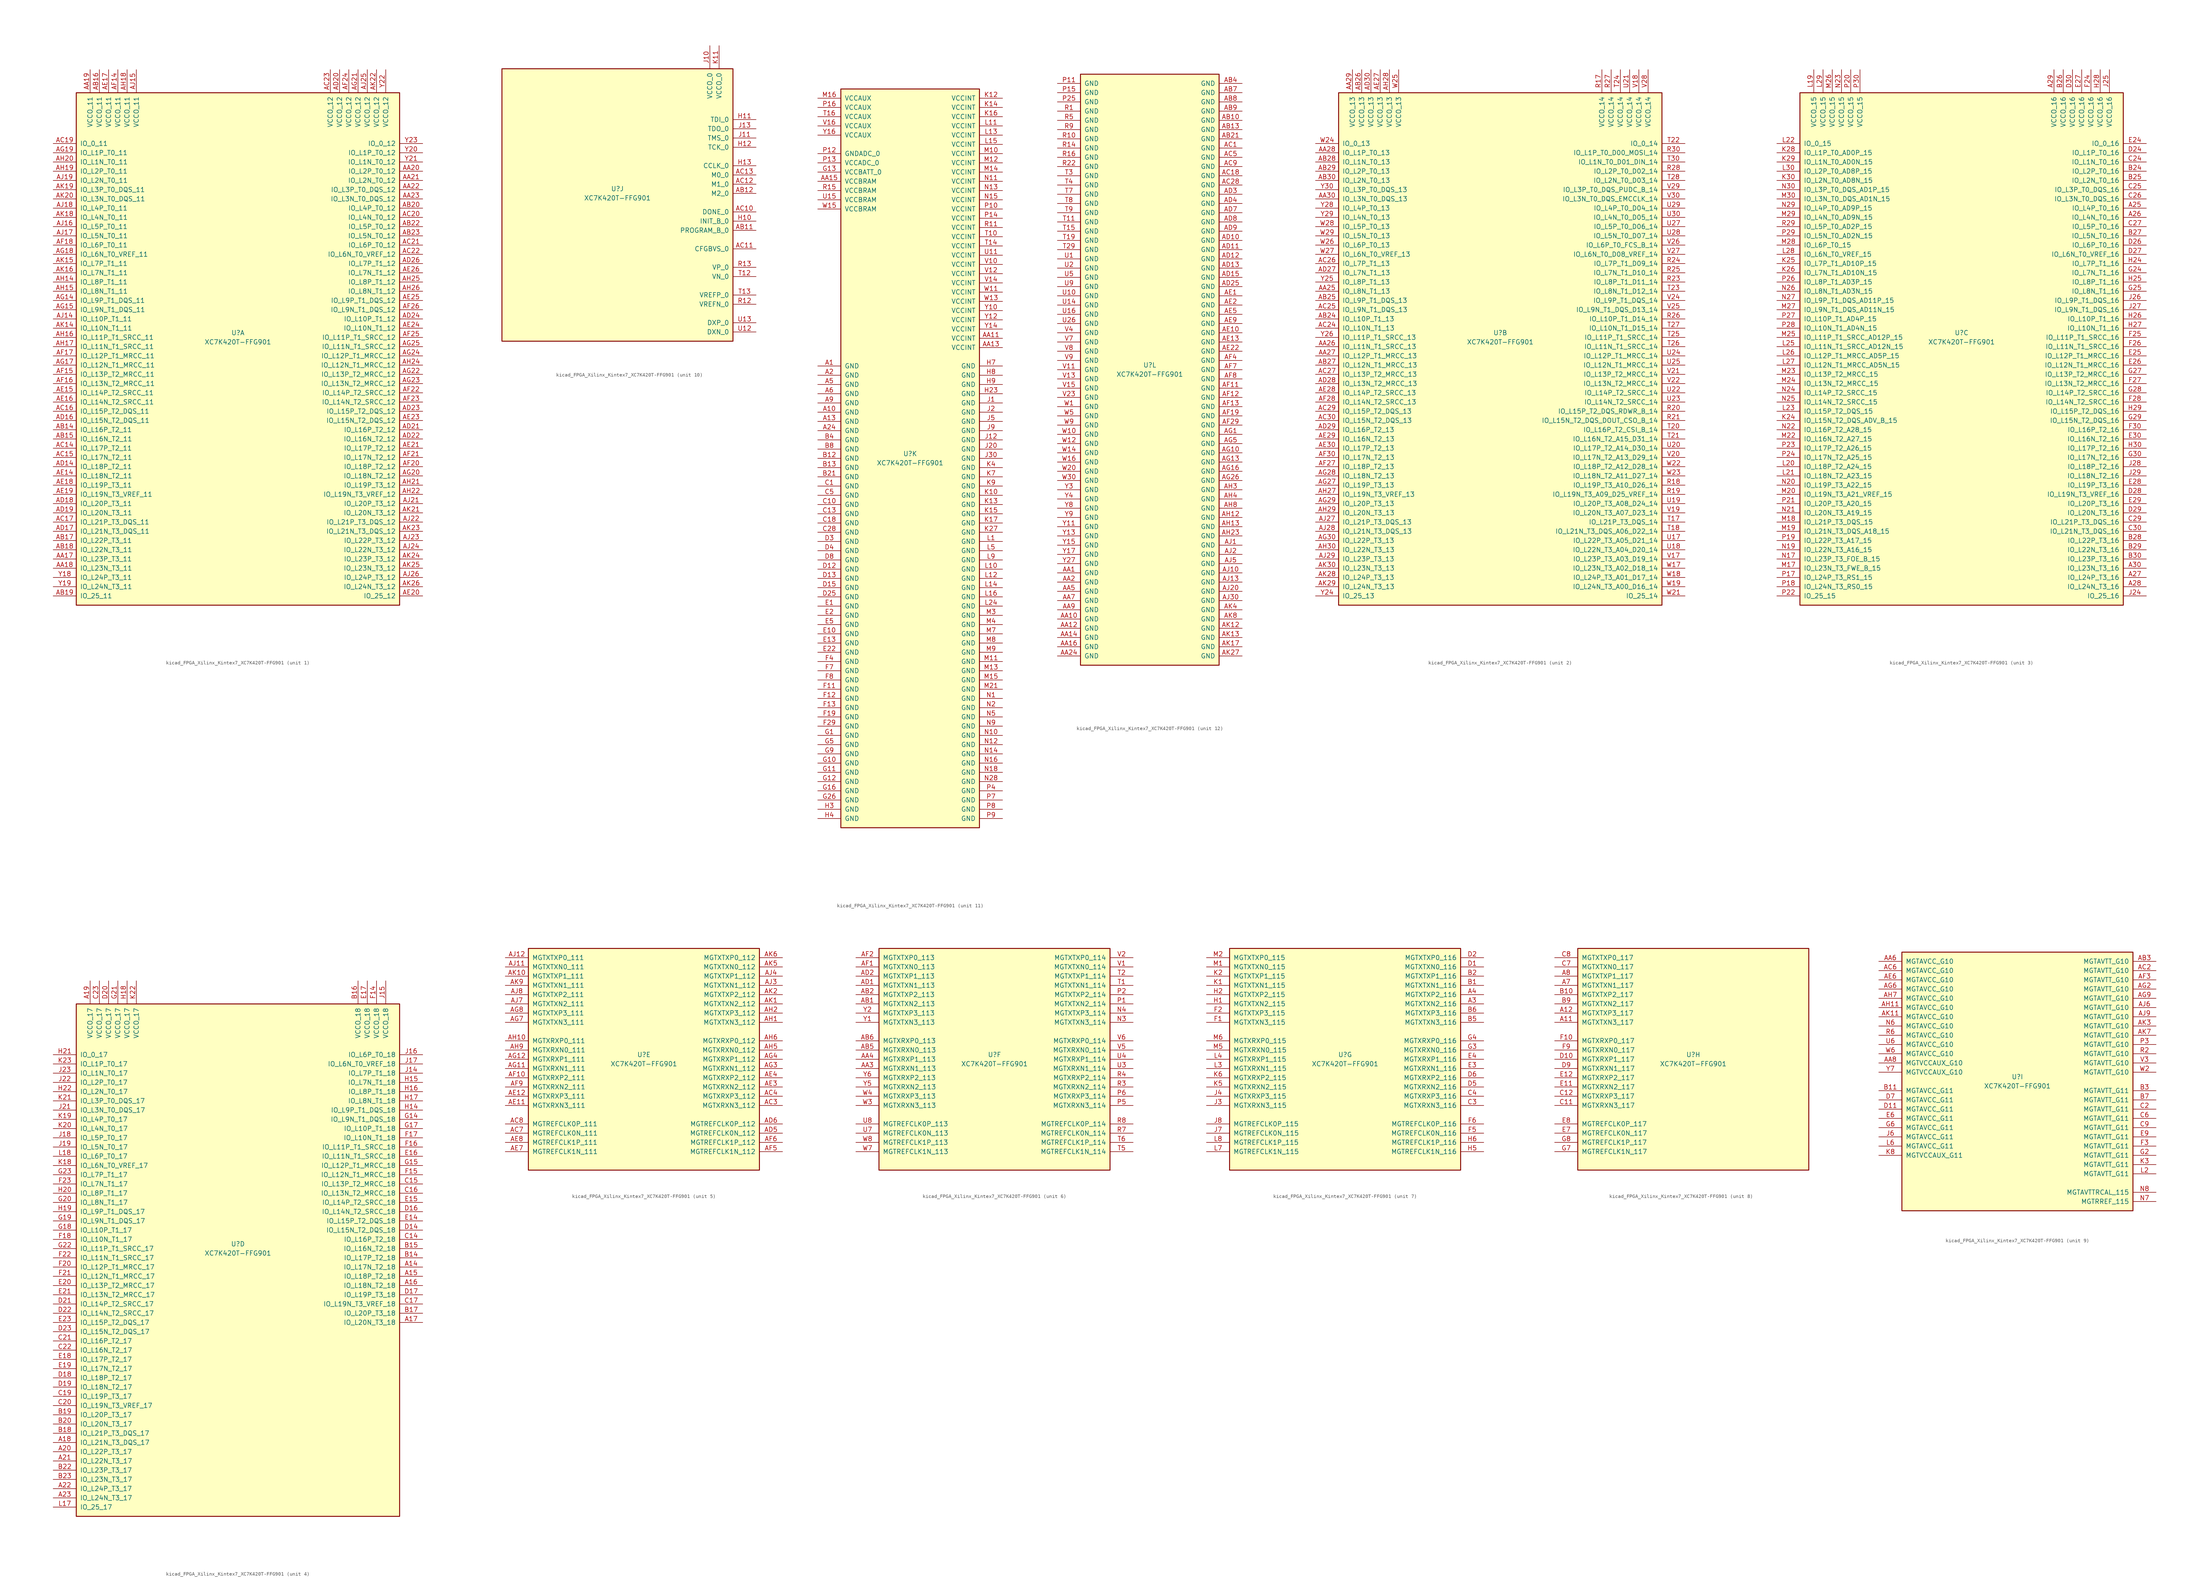
<source format=kicad_sym>
(kicad_symbol_lib
  (version 20220914)
  (generator kicad_symbol_editor)
  (symbol "kicad_FPGA_Xilinx_Kintex7_XC7K420T-FFG901"
    (pin_names
      (offset 1.016))
    (property "Reference" "U"
      (at 0 1.27 0)
      (effects (font (size 1.27 1.27))))
    (property "Value" "XC7K420T-FFG901"
      (at 0 -1.27 0)
      (effects (font (size 1.27 1.27))))
    (property "Datasheet" ""
      (at 0 0 0)
      (effects (font (size 1.27 1.27))))
    (property "ki_locked" ""
      (at 0 0 0)
      (effects (font (size 1.27 1.27))))
    (symbol "kicad_FPGA_Xilinx_Kintex7_XC7K420T-FFG901_1_1"
      (rectangle (start -44.45 67.31) (end 44.45 -73.66) (stroke (width 0.254) (type default)) (fill (type background)))
      (pin bidirectional line (at -50.8 -60.96 0) (length 6.35) (name "IO_L23P_T3_11" (effects (font (size 1.27 1.27)))) (number "AA17" (effects (font (size 1.27 1.27)))))
      (pin bidirectional line (at -50.8 -63.5 0) (length 6.35) (name "IO_L23N_T3_11" (effects (font (size 1.27 1.27)))) (number "AA18" (effects (font (size 1.27 1.27)))))
      (pin power_in line (at -40.64 73.66 270) (length 6.35) (name "VCCO_11" (effects (font (size 1.27 1.27)))) (number "AA19" (effects (font (size 1.27 1.27)))))
      (pin bidirectional line (at 50.8 45.72 180) (length 6.35) (name "IO_L2P_T0_12" (effects (font (size 1.27 1.27)))) (number "AA20" (effects (font (size 1.27 1.27)))))
      (pin bidirectional line (at 50.8 43.18 180) (length 6.35) (name "IO_L2N_T0_12" (effects (font (size 1.27 1.27)))) (number "AA21" (effects (font (size 1.27 1.27)))))
      (pin bidirectional line (at 50.8 40.64 180) (length 6.35) (name "IO_L3P_T0_DQS_12" (effects (font (size 1.27 1.27)))) (number "AA22" (effects (font (size 1.27 1.27)))))
      (pin bidirectional line (at 50.8 38.1 180) (length 6.35) (name "IO_L3N_T0_DQS_12" (effects (font (size 1.27 1.27)))) (number "AA23" (effects (font (size 1.27 1.27)))))
      (pin bidirectional line (at -50.8 -25.4 0) (length 6.35) (name "IO_L16P_T2_11" (effects (font (size 1.27 1.27)))) (number "AB14" (effects (font (size 1.27 1.27)))))
      (pin bidirectional line (at -50.8 -27.94 0) (length 6.35) (name "IO_L16N_T2_11" (effects (font (size 1.27 1.27)))) (number "AB15" (effects (font (size 1.27 1.27)))))
      (pin power_in line (at -38.1 73.66 270) (length 6.35) (name "VCCO_11" (effects (font (size 1.27 1.27)))) (number "AB16" (effects (font (size 1.27 1.27)))))
      (pin bidirectional line (at -50.8 -55.88 0) (length 6.35) (name "IO_L22P_T3_11" (effects (font (size 1.27 1.27)))) (number "AB17" (effects (font (size 1.27 1.27)))))
      (pin bidirectional line (at -50.8 -58.42 0) (length 6.35) (name "IO_L22N_T3_11" (effects (font (size 1.27 1.27)))) (number "AB18" (effects (font (size 1.27 1.27)))))
      (pin bidirectional line (at -50.8 -71.12 0) (length 6.35) (name "IO_25_11" (effects (font (size 1.27 1.27)))) (number "AB19" (effects (font (size 1.27 1.27)))))
      (pin bidirectional line (at 50.8 35.56 180) (length 6.35) (name "IO_L4P_T0_12" (effects (font (size 1.27 1.27)))) (number "AB20" (effects (font (size 1.27 1.27)))))
      (pin bidirectional line (at 50.8 30.48 180) (length 6.35) (name "IO_L5P_T0_12" (effects (font (size 1.27 1.27)))) (number "AB22" (effects (font (size 1.27 1.27)))))
      (pin bidirectional line (at 50.8 27.94 180) (length 6.35) (name "IO_L5N_T0_12" (effects (font (size 1.27 1.27)))) (number "AB23" (effects (font (size 1.27 1.27)))))
      (pin bidirectional line (at -50.8 -30.48 0) (length 6.35) (name "IO_L17P_T2_11" (effects (font (size 1.27 1.27)))) (number "AC14" (effects (font (size 1.27 1.27)))))
      (pin bidirectional line (at -50.8 -33.02 0) (length 6.35) (name "IO_L17N_T2_11" (effects (font (size 1.27 1.27)))) (number "AC15" (effects (font (size 1.27 1.27)))))
      (pin bidirectional line (at -50.8 -20.32 0) (length 6.35) (name "IO_L15P_T2_DQS_11" (effects (font (size 1.27 1.27)))) (number "AC16" (effects (font (size 1.27 1.27)))))
      (pin bidirectional line (at -50.8 -50.8 0) (length 6.35) (name "IO_L21P_T3_DQS_11" (effects (font (size 1.27 1.27)))) (number "AC17" (effects (font (size 1.27 1.27)))))
      (pin bidirectional line (at -50.8 53.34 0) (length 6.35) (name "IO_0_11" (effects (font (size 1.27 1.27)))) (number "AC19" (effects (font (size 1.27 1.27)))))
      (pin bidirectional line (at 50.8 33.02 180) (length 6.35) (name "IO_L4N_T0_12" (effects (font (size 1.27 1.27)))) (number "AC20" (effects (font (size 1.27 1.27)))))
      (pin bidirectional line (at 50.8 25.4 180) (length 6.35) (name "IO_L6P_T0_12" (effects (font (size 1.27 1.27)))) (number "AC21" (effects (font (size 1.27 1.27)))))
      (pin bidirectional line (at 50.8 22.86 180) (length 6.35) (name "IO_L6N_T0_VREF_12" (effects (font (size 1.27 1.27)))) (number "AC22" (effects (font (size 1.27 1.27)))))
      (pin power_in line (at 25.4 73.66 270) (length 6.35) (name "VCCO_12" (effects (font (size 1.27 1.27)))) (number "AC23" (effects (font (size 1.27 1.27)))))
      (pin bidirectional line (at -50.8 -35.56 0) (length 6.35) (name "IO_L18P_T2_11" (effects (font (size 1.27 1.27)))) (number "AD14" (effects (font (size 1.27 1.27)))))
      (pin bidirectional line (at -50.8 -22.86 0) (length 6.35) (name "IO_L15N_T2_DQS_11" (effects (font (size 1.27 1.27)))) (number "AD16" (effects (font (size 1.27 1.27)))))
      (pin bidirectional line (at -50.8 -53.34 0) (length 6.35) (name "IO_L21N_T3_DQS_11" (effects (font (size 1.27 1.27)))) (number "AD17" (effects (font (size 1.27 1.27)))))
      (pin bidirectional line (at -50.8 -45.72 0) (length 6.35) (name "IO_L20P_T3_11" (effects (font (size 1.27 1.27)))) (number "AD18" (effects (font (size 1.27 1.27)))))
      (pin bidirectional line (at -50.8 -48.26 0) (length 6.35) (name "IO_L20N_T3_11" (effects (font (size 1.27 1.27)))) (number "AD19" (effects (font (size 1.27 1.27)))))
      (pin power_in line (at 27.94 73.66 270) (length 6.35) (name "VCCO_12" (effects (font (size 1.27 1.27)))) (number "AD20" (effects (font (size 1.27 1.27)))))
      (pin bidirectional line (at 50.8 -25.4 180) (length 6.35) (name "IO_L16P_T2_12" (effects (font (size 1.27 1.27)))) (number "AD21" (effects (font (size 1.27 1.27)))))
      (pin bidirectional line (at 50.8 -27.94 180) (length 6.35) (name "IO_L16N_T2_12" (effects (font (size 1.27 1.27)))) (number "AD22" (effects (font (size 1.27 1.27)))))
      (pin bidirectional line (at 50.8 -20.32 180) (length 6.35) (name "IO_L15P_T2_DQS_12" (effects (font (size 1.27 1.27)))) (number "AD23" (effects (font (size 1.27 1.27)))))
      (pin bidirectional line (at 50.8 5.08 180) (length 6.35) (name "IO_L10P_T1_12" (effects (font (size 1.27 1.27)))) (number "AD24" (effects (font (size 1.27 1.27)))))
      (pin bidirectional line (at 50.8 20.32 180) (length 6.35) (name "IO_L7P_T1_12" (effects (font (size 1.27 1.27)))) (number "AD26" (effects (font (size 1.27 1.27)))))
      (pin bidirectional line (at -50.8 -38.1 0) (length 6.35) (name "IO_L18N_T2_11" (effects (font (size 1.27 1.27)))) (number "AE14" (effects (font (size 1.27 1.27)))))
      (pin bidirectional line (at -50.8 -15.24 0) (length 6.35) (name "IO_L14P_T2_SRCC_11" (effects (font (size 1.27 1.27)))) (number "AE15" (effects (font (size 1.27 1.27)))))
      (pin bidirectional line (at -50.8 -17.78 0) (length 6.35) (name "IO_L14N_T2_SRCC_11" (effects (font (size 1.27 1.27)))) (number "AE16" (effects (font (size 1.27 1.27)))))
      (pin power_in line (at -35.56 73.66 270) (length 6.35) (name "VCCO_11" (effects (font (size 1.27 1.27)))) (number "AE17" (effects (font (size 1.27 1.27)))))
      (pin bidirectional line (at -50.8 -40.64 0) (length 6.35) (name "IO_L19P_T3_11" (effects (font (size 1.27 1.27)))) (number "AE18" (effects (font (size 1.27 1.27)))))
      (pin bidirectional line (at -50.8 -43.18 0) (length 6.35) (name "IO_L19N_T3_VREF_11" (effects (font (size 1.27 1.27)))) (number "AE19" (effects (font (size 1.27 1.27)))))
      (pin bidirectional line (at 50.8 -71.12 180) (length 6.35) (name "IO_25_12" (effects (font (size 1.27 1.27)))) (number "AE20" (effects (font (size 1.27 1.27)))))
      (pin bidirectional line (at 50.8 -30.48 180) (length 6.35) (name "IO_L17P_T2_12" (effects (font (size 1.27 1.27)))) (number "AE21" (effects (font (size 1.27 1.27)))))
      (pin bidirectional line (at 50.8 -22.86 180) (length 6.35) (name "IO_L15N_T2_DQS_12" (effects (font (size 1.27 1.27)))) (number "AE23" (effects (font (size 1.27 1.27)))))
      (pin bidirectional line (at 50.8 2.54 180) (length 6.35) (name "IO_L10N_T1_12" (effects (font (size 1.27 1.27)))) (number "AE24" (effects (font (size 1.27 1.27)))))
      (pin bidirectional line (at 50.8 10.16 180) (length 6.35) (name "IO_L9P_T1_DQS_12" (effects (font (size 1.27 1.27)))) (number "AE25" (effects (font (size 1.27 1.27)))))
      (pin bidirectional line (at 50.8 17.78 180) (length 6.35) (name "IO_L7N_T1_12" (effects (font (size 1.27 1.27)))) (number "AE26" (effects (font (size 1.27 1.27)))))
      (pin power_in line (at -33.02 73.66 270) (length 6.35) (name "VCCO_11" (effects (font (size 1.27 1.27)))) (number "AF14" (effects (font (size 1.27 1.27)))))
      (pin bidirectional line (at -50.8 -10.16 0) (length 6.35) (name "IO_L13P_T2_MRCC_11" (effects (font (size 1.27 1.27)))) (number "AF15" (effects (font (size 1.27 1.27)))))
      (pin bidirectional line (at -50.8 -12.7 0) (length 6.35) (name "IO_L13N_T2_MRCC_11" (effects (font (size 1.27 1.27)))) (number "AF16" (effects (font (size 1.27 1.27)))))
      (pin bidirectional line (at -50.8 -5.08 0) (length 6.35) (name "IO_L12P_T1_MRCC_11" (effects (font (size 1.27 1.27)))) (number "AF17" (effects (font (size 1.27 1.27)))))
      (pin bidirectional line (at -50.8 25.4 0) (length 6.35) (name "IO_L6P_T0_11" (effects (font (size 1.27 1.27)))) (number "AF18" (effects (font (size 1.27 1.27)))))
      (pin bidirectional line (at 50.8 -35.56 180) (length 6.35) (name "IO_L18P_T2_12" (effects (font (size 1.27 1.27)))) (number "AF20" (effects (font (size 1.27 1.27)))))
      (pin bidirectional line (at 50.8 -33.02 180) (length 6.35) (name "IO_L17N_T2_12" (effects (font (size 1.27 1.27)))) (number "AF21" (effects (font (size 1.27 1.27)))))
      (pin bidirectional line (at 50.8 -15.24 180) (length 6.35) (name "IO_L14P_T2_SRCC_12" (effects (font (size 1.27 1.27)))) (number "AF22" (effects (font (size 1.27 1.27)))))
      (pin bidirectional line (at 50.8 -17.78 180) (length 6.35) (name "IO_L14N_T2_SRCC_12" (effects (font (size 1.27 1.27)))) (number "AF23" (effects (font (size 1.27 1.27)))))
      (pin power_in line (at 30.48 73.66 270) (length 6.35) (name "VCCO_12" (effects (font (size 1.27 1.27)))) (number "AF24" (effects (font (size 1.27 1.27)))))
      (pin bidirectional line (at 50.8 0 180) (length 6.35) (name "IO_L11P_T1_SRCC_12" (effects (font (size 1.27 1.27)))) (number "AF25" (effects (font (size 1.27 1.27)))))
      (pin bidirectional line (at 50.8 7.62 180) (length 6.35) (name "IO_L9N_T1_DQS_12" (effects (font (size 1.27 1.27)))) (number "AF26" (effects (font (size 1.27 1.27)))))
      (pin bidirectional line (at -50.8 10.16 0) (length 6.35) (name "IO_L9P_T1_DQS_11" (effects (font (size 1.27 1.27)))) (number "AG14" (effects (font (size 1.27 1.27)))))
      (pin bidirectional line (at -50.8 7.62 0) (length 6.35) (name "IO_L9N_T1_DQS_11" (effects (font (size 1.27 1.27)))) (number "AG15" (effects (font (size 1.27 1.27)))))
      (pin bidirectional line (at -50.8 -7.62 0) (length 6.35) (name "IO_L12N_T1_MRCC_11" (effects (font (size 1.27 1.27)))) (number "AG17" (effects (font (size 1.27 1.27)))))
      (pin bidirectional line (at -50.8 22.86 0) (length 6.35) (name "IO_L6N_T0_VREF_11" (effects (font (size 1.27 1.27)))) (number "AG18" (effects (font (size 1.27 1.27)))))
      (pin bidirectional line (at -50.8 50.8 0) (length 6.35) (name "IO_L1P_T0_11" (effects (font (size 1.27 1.27)))) (number "AG19" (effects (font (size 1.27 1.27)))))
      (pin bidirectional line (at 50.8 -38.1 180) (length 6.35) (name "IO_L18N_T2_12" (effects (font (size 1.27 1.27)))) (number "AG20" (effects (font (size 1.27 1.27)))))
      (pin power_in line (at 33.02 73.66 270) (length 6.35) (name "VCCO_12" (effects (font (size 1.27 1.27)))) (number "AG21" (effects (font (size 1.27 1.27)))))
      (pin bidirectional line (at 50.8 -10.16 180) (length 6.35) (name "IO_L13P_T2_MRCC_12" (effects (font (size 1.27 1.27)))) (number "AG22" (effects (font (size 1.27 1.27)))))
      (pin bidirectional line (at 50.8 -12.7 180) (length 6.35) (name "IO_L13N_T2_MRCC_12" (effects (font (size 1.27 1.27)))) (number "AG23" (effects (font (size 1.27 1.27)))))
      (pin bidirectional line (at 50.8 -5.08 180) (length 6.35) (name "IO_L12P_T1_MRCC_12" (effects (font (size 1.27 1.27)))) (number "AG24" (effects (font (size 1.27 1.27)))))
      (pin bidirectional line (at 50.8 -2.54 180) (length 6.35) (name "IO_L11N_T1_SRCC_12" (effects (font (size 1.27 1.27)))) (number "AG25" (effects (font (size 1.27 1.27)))))
      (pin bidirectional line (at -50.8 15.24 0) (length 6.35) (name "IO_L8P_T1_11" (effects (font (size 1.27 1.27)))) (number "AH14" (effects (font (size 1.27 1.27)))))
      (pin bidirectional line (at -50.8 12.7 0) (length 6.35) (name "IO_L8N_T1_11" (effects (font (size 1.27 1.27)))) (number "AH15" (effects (font (size 1.27 1.27)))))
      (pin bidirectional line (at -50.8 0 0) (length 6.35) (name "IO_L11P_T1_SRCC_11" (effects (font (size 1.27 1.27)))) (number "AH16" (effects (font (size 1.27 1.27)))))
      (pin bidirectional line (at -50.8 -2.54 0) (length 6.35) (name "IO_L11N_T1_SRCC_11" (effects (font (size 1.27 1.27)))) (number "AH17" (effects (font (size 1.27 1.27)))))
      (pin power_in line (at -30.48 73.66 270) (length 6.35) (name "VCCO_11" (effects (font (size 1.27 1.27)))) (number "AH18" (effects (font (size 1.27 1.27)))))
      (pin bidirectional line (at -50.8 45.72 0) (length 6.35) (name "IO_L2P_T0_11" (effects (font (size 1.27 1.27)))) (number "AH19" (effects (font (size 1.27 1.27)))))
      (pin bidirectional line (at -50.8 48.26 0) (length 6.35) (name "IO_L1N_T0_11" (effects (font (size 1.27 1.27)))) (number "AH20" (effects (font (size 1.27 1.27)))))
      (pin bidirectional line (at 50.8 -40.64 180) (length 6.35) (name "IO_L19P_T3_12" (effects (font (size 1.27 1.27)))) (number "AH21" (effects (font (size 1.27 1.27)))))
      (pin bidirectional line (at 50.8 -43.18 180) (length 6.35) (name "IO_L19N_T3_VREF_12" (effects (font (size 1.27 1.27)))) (number "AH22" (effects (font (size 1.27 1.27)))))
      (pin bidirectional line (at 50.8 -7.62 180) (length 6.35) (name "IO_L12N_T1_MRCC_12" (effects (font (size 1.27 1.27)))) (number "AH24" (effects (font (size 1.27 1.27)))))
      (pin bidirectional line (at 50.8 15.24 180) (length 6.35) (name "IO_L8P_T1_12" (effects (font (size 1.27 1.27)))) (number "AH25" (effects (font (size 1.27 1.27)))))
      (pin bidirectional line (at 50.8 12.7 180) (length 6.35) (name "IO_L8N_T1_12" (effects (font (size 1.27 1.27)))) (number "AH26" (effects (font (size 1.27 1.27)))))
      (pin bidirectional line (at -50.8 5.08 0) (length 6.35) (name "IO_L10P_T1_11" (effects (font (size 1.27 1.27)))) (number "AJ14" (effects (font (size 1.27 1.27)))))
      (pin power_in line (at -27.94 73.66 270) (length 6.35) (name "VCCO_11" (effects (font (size 1.27 1.27)))) (number "AJ15" (effects (font (size 1.27 1.27)))))
      (pin bidirectional line (at -50.8 30.48 0) (length 6.35) (name "IO_L5P_T0_11" (effects (font (size 1.27 1.27)))) (number "AJ16" (effects (font (size 1.27 1.27)))))
      (pin bidirectional line (at -50.8 27.94 0) (length 6.35) (name "IO_L5N_T0_11" (effects (font (size 1.27 1.27)))) (number "AJ17" (effects (font (size 1.27 1.27)))))
      (pin bidirectional line (at -50.8 35.56 0) (length 6.35) (name "IO_L4P_T0_11" (effects (font (size 1.27 1.27)))) (number "AJ18" (effects (font (size 1.27 1.27)))))
      (pin bidirectional line (at -50.8 43.18 0) (length 6.35) (name "IO_L2N_T0_11" (effects (font (size 1.27 1.27)))) (number "AJ19" (effects (font (size 1.27 1.27)))))
      (pin bidirectional line (at 50.8 -45.72 180) (length 6.35) (name "IO_L20P_T3_12" (effects (font (size 1.27 1.27)))) (number "AJ21" (effects (font (size 1.27 1.27)))))
      (pin bidirectional line (at 50.8 -50.8 180) (length 6.35) (name "IO_L21P_T3_DQS_12" (effects (font (size 1.27 1.27)))) (number "AJ22" (effects (font (size 1.27 1.27)))))
      (pin bidirectional line (at 50.8 -55.88 180) (length 6.35) (name "IO_L22P_T3_12" (effects (font (size 1.27 1.27)))) (number "AJ23" (effects (font (size 1.27 1.27)))))
      (pin bidirectional line (at 50.8 -58.42 180) (length 6.35) (name "IO_L22N_T3_12" (effects (font (size 1.27 1.27)))) (number "AJ24" (effects (font (size 1.27 1.27)))))
      (pin power_in line (at 35.56 73.66 270) (length 6.35) (name "VCCO_12" (effects (font (size 1.27 1.27)))) (number "AJ25" (effects (font (size 1.27 1.27)))))
      (pin bidirectional line (at 50.8 -66.04 180) (length 6.35) (name "IO_L24P_T3_12" (effects (font (size 1.27 1.27)))) (number "AJ26" (effects (font (size 1.27 1.27)))))
      (pin bidirectional line (at -50.8 2.54 0) (length 6.35) (name "IO_L10N_T1_11" (effects (font (size 1.27 1.27)))) (number "AK14" (effects (font (size 1.27 1.27)))))
      (pin bidirectional line (at -50.8 20.32 0) (length 6.35) (name "IO_L7P_T1_11" (effects (font (size 1.27 1.27)))) (number "AK15" (effects (font (size 1.27 1.27)))))
      (pin bidirectional line (at -50.8 17.78 0) (length 6.35) (name "IO_L7N_T1_11" (effects (font (size 1.27 1.27)))) (number "AK16" (effects (font (size 1.27 1.27)))))
      (pin bidirectional line (at -50.8 33.02 0) (length 6.35) (name "IO_L4N_T0_11" (effects (font (size 1.27 1.27)))) (number "AK18" (effects (font (size 1.27 1.27)))))
      (pin bidirectional line (at -50.8 40.64 0) (length 6.35) (name "IO_L3P_T0_DQS_11" (effects (font (size 1.27 1.27)))) (number "AK19" (effects (font (size 1.27 1.27)))))
      (pin bidirectional line (at -50.8 38.1 0) (length 6.35) (name "IO_L3N_T0_DQS_11" (effects (font (size 1.27 1.27)))) (number "AK20" (effects (font (size 1.27 1.27)))))
      (pin bidirectional line (at 50.8 -48.26 180) (length 6.35) (name "IO_L20N_T3_12" (effects (font (size 1.27 1.27)))) (number "AK21" (effects (font (size 1.27 1.27)))))
      (pin power_in line (at 38.1 73.66 270) (length 6.35) (name "VCCO_12" (effects (font (size 1.27 1.27)))) (number "AK22" (effects (font (size 1.27 1.27)))))
      (pin bidirectional line (at 50.8 -53.34 180) (length 6.35) (name "IO_L21N_T3_DQS_12" (effects (font (size 1.27 1.27)))) (number "AK23" (effects (font (size 1.27 1.27)))))
      (pin bidirectional line (at 50.8 -60.96 180) (length 6.35) (name "IO_L23P_T3_12" (effects (font (size 1.27 1.27)))) (number "AK24" (effects (font (size 1.27 1.27)))))
      (pin bidirectional line (at 50.8 -63.5 180) (length 6.35) (name "IO_L23N_T3_12" (effects (font (size 1.27 1.27)))) (number "AK25" (effects (font (size 1.27 1.27)))))
      (pin bidirectional line (at 50.8 -68.58 180) (length 6.35) (name "IO_L24N_T3_12" (effects (font (size 1.27 1.27)))) (number "AK26" (effects (font (size 1.27 1.27)))))
      (pin bidirectional line (at -50.8 -66.04 0) (length 6.35) (name "IO_L24P_T3_11" (effects (font (size 1.27 1.27)))) (number "Y18" (effects (font (size 1.27 1.27)))))
      (pin bidirectional line (at -50.8 -68.58 0) (length 6.35) (name "IO_L24N_T3_11" (effects (font (size 1.27 1.27)))) (number "Y19" (effects (font (size 1.27 1.27)))))
      (pin bidirectional line (at 50.8 50.8 180) (length 6.35) (name "IO_L1P_T0_12" (effects (font (size 1.27 1.27)))) (number "Y20" (effects (font (size 1.27 1.27)))))
      (pin bidirectional line (at 50.8 48.26 180) (length 6.35) (name "IO_L1N_T0_12" (effects (font (size 1.27 1.27)))) (number "Y21" (effects (font (size 1.27 1.27)))))
      (pin power_in line (at 40.64 73.66 270) (length 6.35) (name "VCCO_12" (effects (font (size 1.27 1.27)))) (number "Y22" (effects (font (size 1.27 1.27)))))
      (pin bidirectional line (at 50.8 53.34 180) (length 6.35) (name "IO_0_12" (effects (font (size 1.27 1.27)))) (number "Y23" (effects (font (size 1.27 1.27))))))
    (symbol "kicad_FPGA_Xilinx_Kintex7_XC7K420T-FFG901_2_1"
      (rectangle (start -44.45 67.31) (end 44.45 -73.66) (stroke (width 0.254) (type default)) (fill (type background)))
      (pin bidirectional line (at -50.8 12.7 0) (length 6.35) (name "IO_L8N_T1_13" (effects (font (size 1.27 1.27)))) (number "AA25" (effects (font (size 1.27 1.27)))))
      (pin bidirectional line (at -50.8 -2.54 0) (length 6.35) (name "IO_L11N_T1_SRCC_13" (effects (font (size 1.27 1.27)))) (number "AA26" (effects (font (size 1.27 1.27)))))
      (pin bidirectional line (at -50.8 -5.08 0) (length 6.35) (name "IO_L12P_T1_MRCC_13" (effects (font (size 1.27 1.27)))) (number "AA27" (effects (font (size 1.27 1.27)))))
      (pin bidirectional line (at -50.8 50.8 0) (length 6.35) (name "IO_L1P_T0_13" (effects (font (size 1.27 1.27)))) (number "AA28" (effects (font (size 1.27 1.27)))))
      (pin power_in line (at -40.64 73.66 270) (length 6.35) (name "VCCO_13" (effects (font (size 1.27 1.27)))) (number "AA29" (effects (font (size 1.27 1.27)))))
      (pin bidirectional line (at -50.8 38.1 0) (length 6.35) (name "IO_L3N_T0_DQS_13" (effects (font (size 1.27 1.27)))) (number "AA30" (effects (font (size 1.27 1.27)))))
      (pin bidirectional line (at -50.8 5.08 0) (length 6.35) (name "IO_L10P_T1_13" (effects (font (size 1.27 1.27)))) (number "AB24" (effects (font (size 1.27 1.27)))))
      (pin bidirectional line (at -50.8 10.16 0) (length 6.35) (name "IO_L9P_T1_DQS_13" (effects (font (size 1.27 1.27)))) (number "AB25" (effects (font (size 1.27 1.27)))))
      (pin power_in line (at -38.1 73.66 270) (length 6.35) (name "VCCO_13" (effects (font (size 1.27 1.27)))) (number "AB26" (effects (font (size 1.27 1.27)))))
      (pin bidirectional line (at -50.8 -7.62 0) (length 6.35) (name "IO_L12N_T1_MRCC_13" (effects (font (size 1.27 1.27)))) (number "AB27" (effects (font (size 1.27 1.27)))))
      (pin bidirectional line (at -50.8 48.26 0) (length 6.35) (name "IO_L1N_T0_13" (effects (font (size 1.27 1.27)))) (number "AB28" (effects (font (size 1.27 1.27)))))
      (pin bidirectional line (at -50.8 45.72 0) (length 6.35) (name "IO_L2P_T0_13" (effects (font (size 1.27 1.27)))) (number "AB29" (effects (font (size 1.27 1.27)))))
      (pin bidirectional line (at -50.8 43.18 0) (length 6.35) (name "IO_L2N_T0_13" (effects (font (size 1.27 1.27)))) (number "AB30" (effects (font (size 1.27 1.27)))))
      (pin bidirectional line (at -50.8 2.54 0) (length 6.35) (name "IO_L10N_T1_13" (effects (font (size 1.27 1.27)))) (number "AC24" (effects (font (size 1.27 1.27)))))
      (pin bidirectional line (at -50.8 7.62 0) (length 6.35) (name "IO_L9N_T1_DQS_13" (effects (font (size 1.27 1.27)))) (number "AC25" (effects (font (size 1.27 1.27)))))
      (pin bidirectional line (at -50.8 20.32 0) (length 6.35) (name "IO_L7P_T1_13" (effects (font (size 1.27 1.27)))) (number "AC26" (effects (font (size 1.27 1.27)))))
      (pin bidirectional line (at -50.8 -10.16 0) (length 6.35) (name "IO_L13P_T2_MRCC_13" (effects (font (size 1.27 1.27)))) (number "AC27" (effects (font (size 1.27 1.27)))))
      (pin bidirectional line (at -50.8 -20.32 0) (length 6.35) (name "IO_L15P_T2_DQS_13" (effects (font (size 1.27 1.27)))) (number "AC29" (effects (font (size 1.27 1.27)))))
      (pin bidirectional line (at -50.8 -22.86 0) (length 6.35) (name "IO_L15N_T2_DQS_13" (effects (font (size 1.27 1.27)))) (number "AC30" (effects (font (size 1.27 1.27)))))
      (pin bidirectional line (at -50.8 17.78 0) (length 6.35) (name "IO_L7N_T1_13" (effects (font (size 1.27 1.27)))) (number "AD27" (effects (font (size 1.27 1.27)))))
      (pin bidirectional line (at -50.8 -12.7 0) (length 6.35) (name "IO_L13N_T2_MRCC_13" (effects (font (size 1.27 1.27)))) (number "AD28" (effects (font (size 1.27 1.27)))))
      (pin bidirectional line (at -50.8 -25.4 0) (length 6.35) (name "IO_L16P_T2_13" (effects (font (size 1.27 1.27)))) (number "AD29" (effects (font (size 1.27 1.27)))))
      (pin power_in line (at -35.56 73.66 270) (length 6.35) (name "VCCO_13" (effects (font (size 1.27 1.27)))) (number "AD30" (effects (font (size 1.27 1.27)))))
      (pin power_in line (at -33.02 73.66 270) (length 6.35) (name "VCCO_13" (effects (font (size 1.27 1.27)))) (number "AE27" (effects (font (size 1.27 1.27)))))
      (pin bidirectional line (at -50.8 -15.24 0) (length 6.35) (name "IO_L14P_T2_SRCC_13" (effects (font (size 1.27 1.27)))) (number "AE28" (effects (font (size 1.27 1.27)))))
      (pin bidirectional line (at -50.8 -27.94 0) (length 6.35) (name "IO_L16N_T2_13" (effects (font (size 1.27 1.27)))) (number "AE29" (effects (font (size 1.27 1.27)))))
      (pin bidirectional line (at -50.8 -30.48 0) (length 6.35) (name "IO_L17P_T2_13" (effects (font (size 1.27 1.27)))) (number "AE30" (effects (font (size 1.27 1.27)))))
      (pin bidirectional line (at -50.8 -35.56 0) (length 6.35) (name "IO_L18P_T2_13" (effects (font (size 1.27 1.27)))) (number "AF27" (effects (font (size 1.27 1.27)))))
      (pin bidirectional line (at -50.8 -17.78 0) (length 6.35) (name "IO_L14N_T2_SRCC_13" (effects (font (size 1.27 1.27)))) (number "AF28" (effects (font (size 1.27 1.27)))))
      (pin bidirectional line (at -50.8 -33.02 0) (length 6.35) (name "IO_L17N_T2_13" (effects (font (size 1.27 1.27)))) (number "AF30" (effects (font (size 1.27 1.27)))))
      (pin bidirectional line (at -50.8 -40.64 0) (length 6.35) (name "IO_L19P_T3_13" (effects (font (size 1.27 1.27)))) (number "AG27" (effects (font (size 1.27 1.27)))))
      (pin bidirectional line (at -50.8 -38.1 0) (length 6.35) (name "IO_L18N_T2_13" (effects (font (size 1.27 1.27)))) (number "AG28" (effects (font (size 1.27 1.27)))))
      (pin bidirectional line (at -50.8 -45.72 0) (length 6.35) (name "IO_L20P_T3_13" (effects (font (size 1.27 1.27)))) (number "AG29" (effects (font (size 1.27 1.27)))))
      (pin bidirectional line (at -50.8 -55.88 0) (length 6.35) (name "IO_L22P_T3_13" (effects (font (size 1.27 1.27)))) (number "AG30" (effects (font (size 1.27 1.27)))))
      (pin bidirectional line (at -50.8 -43.18 0) (length 6.35) (name "IO_L19N_T3_VREF_13" (effects (font (size 1.27 1.27)))) (number "AH27" (effects (font (size 1.27 1.27)))))
      (pin power_in line (at -30.48 73.66 270) (length 6.35) (name "VCCO_13" (effects (font (size 1.27 1.27)))) (number "AH28" (effects (font (size 1.27 1.27)))))
      (pin bidirectional line (at -50.8 -48.26 0) (length 6.35) (name "IO_L20N_T3_13" (effects (font (size 1.27 1.27)))) (number "AH29" (effects (font (size 1.27 1.27)))))
      (pin bidirectional line (at -50.8 -58.42 0) (length 6.35) (name "IO_L22N_T3_13" (effects (font (size 1.27 1.27)))) (number "AH30" (effects (font (size 1.27 1.27)))))
      (pin bidirectional line (at -50.8 -50.8 0) (length 6.35) (name "IO_L21P_T3_DQS_13" (effects (font (size 1.27 1.27)))) (number "AJ27" (effects (font (size 1.27 1.27)))))
      (pin bidirectional line (at -50.8 -53.34 0) (length 6.35) (name "IO_L21N_T3_DQS_13" (effects (font (size 1.27 1.27)))) (number "AJ28" (effects (font (size 1.27 1.27)))))
      (pin bidirectional line (at -50.8 -60.96 0) (length 6.35) (name "IO_L23P_T3_13" (effects (font (size 1.27 1.27)))) (number "AJ29" (effects (font (size 1.27 1.27)))))
      (pin bidirectional line (at -50.8 -66.04 0) (length 6.35) (name "IO_L24P_T3_13" (effects (font (size 1.27 1.27)))) (number "AK28" (effects (font (size 1.27 1.27)))))
      (pin bidirectional line (at -50.8 -68.58 0) (length 6.35) (name "IO_L24N_T3_13" (effects (font (size 1.27 1.27)))) (number "AK29" (effects (font (size 1.27 1.27)))))
      (pin bidirectional line (at -50.8 -63.5 0) (length 6.35) (name "IO_L23N_T3_13" (effects (font (size 1.27 1.27)))) (number "AK30" (effects (font (size 1.27 1.27)))))
      (pin power_in line (at 27.94 73.66 270) (length 6.35) (name "VCCO_14" (effects (font (size 1.27 1.27)))) (number "R17" (effects (font (size 1.27 1.27)))))
      (pin bidirectional line (at 50.8 -40.64 180) (length 6.35) (name "IO_L19P_T3_A10_D26_14" (effects (font (size 1.27 1.27)))) (number "R18" (effects (font (size 1.27 1.27)))))
      (pin bidirectional line (at 50.8 -43.18 180) (length 6.35) (name "IO_L19N_T3_A09_D25_VREF_14" (effects (font (size 1.27 1.27)))) (number "R19" (effects (font (size 1.27 1.27)))))
      (pin bidirectional line (at 50.8 -20.32 180) (length 6.35) (name "IO_L15P_T2_DQS_RDWR_B_14" (effects (font (size 1.27 1.27)))) (number "R20" (effects (font (size 1.27 1.27)))))
      (pin bidirectional line (at 50.8 -22.86 180) (length 6.35) (name "IO_L15N_T2_DQS_DOUT_CSO_B_14" (effects (font (size 1.27 1.27)))) (number "R21" (effects (font (size 1.27 1.27)))))
      (pin bidirectional line (at 50.8 15.24 180) (length 6.35) (name "IO_L8P_T1_D11_14" (effects (font (size 1.27 1.27)))) (number "R23" (effects (font (size 1.27 1.27)))))
      (pin bidirectional line (at 50.8 20.32 180) (length 6.35) (name "IO_L7P_T1_D09_14" (effects (font (size 1.27 1.27)))) (number "R24" (effects (font (size 1.27 1.27)))))
      (pin bidirectional line (at 50.8 17.78 180) (length 6.35) (name "IO_L7N_T1_D10_14" (effects (font (size 1.27 1.27)))) (number "R25" (effects (font (size 1.27 1.27)))))
      (pin bidirectional line (at 50.8 5.08 180) (length 6.35) (name "IO_L10P_T1_D14_14" (effects (font (size 1.27 1.27)))) (number "R26" (effects (font (size 1.27 1.27)))))
      (pin power_in line (at 30.48 73.66 270) (length 6.35) (name "VCCO_14" (effects (font (size 1.27 1.27)))) (number "R27" (effects (font (size 1.27 1.27)))))
      (pin bidirectional line (at 50.8 45.72 180) (length 6.35) (name "IO_L2P_T0_D02_14" (effects (font (size 1.27 1.27)))) (number "R28" (effects (font (size 1.27 1.27)))))
      (pin bidirectional line (at 50.8 50.8 180) (length 6.35) (name "IO_L1P_T0_D00_MOSI_14" (effects (font (size 1.27 1.27)))) (number "R30" (effects (font (size 1.27 1.27)))))
      (pin bidirectional line (at 50.8 -50.8 180) (length 6.35) (name "IO_L21P_T3_DQS_14" (effects (font (size 1.27 1.27)))) (number "T17" (effects (font (size 1.27 1.27)))))
      (pin bidirectional line (at 50.8 -53.34 180) (length 6.35) (name "IO_L21N_T3_DQS_A06_D22_14" (effects (font (size 1.27 1.27)))) (number "T18" (effects (font (size 1.27 1.27)))))
      (pin bidirectional line (at 50.8 -25.4 180) (length 6.35) (name "IO_L16P_T2_CSI_B_14" (effects (font (size 1.27 1.27)))) (number "T20" (effects (font (size 1.27 1.27)))))
      (pin bidirectional line (at 50.8 -27.94 180) (length 6.35) (name "IO_L16N_T2_A15_D31_14" (effects (font (size 1.27 1.27)))) (number "T21" (effects (font (size 1.27 1.27)))))
      (pin bidirectional line (at 50.8 53.34 180) (length 6.35) (name "IO_0_14" (effects (font (size 1.27 1.27)))) (number "T22" (effects (font (size 1.27 1.27)))))
      (pin bidirectional line (at 50.8 12.7 180) (length 6.35) (name "IO_L8N_T1_D12_14" (effects (font (size 1.27 1.27)))) (number "T23" (effects (font (size 1.27 1.27)))))
      (pin power_in line (at 33.02 73.66 270) (length 6.35) (name "VCCO_14" (effects (font (size 1.27 1.27)))) (number "T24" (effects (font (size 1.27 1.27)))))
      (pin bidirectional line (at 50.8 0 180) (length 6.35) (name "IO_L11P_T1_SRCC_14" (effects (font (size 1.27 1.27)))) (number "T25" (effects (font (size 1.27 1.27)))))
      (pin bidirectional line (at 50.8 -2.54 180) (length 6.35) (name "IO_L11N_T1_SRCC_14" (effects (font (size 1.27 1.27)))) (number "T26" (effects (font (size 1.27 1.27)))))
      (pin bidirectional line (at 50.8 2.54 180) (length 6.35) (name "IO_L10N_T1_D15_14" (effects (font (size 1.27 1.27)))) (number "T27" (effects (font (size 1.27 1.27)))))
      (pin bidirectional line (at 50.8 43.18 180) (length 6.35) (name "IO_L2N_T0_D03_14" (effects (font (size 1.27 1.27)))) (number "T28" (effects (font (size 1.27 1.27)))))
      (pin bidirectional line (at 50.8 48.26 180) (length 6.35) (name "IO_L1N_T0_D01_DIN_14" (effects (font (size 1.27 1.27)))) (number "T30" (effects (font (size 1.27 1.27)))))
      (pin bidirectional line (at 50.8 -55.88 180) (length 6.35) (name "IO_L22P_T3_A05_D21_14" (effects (font (size 1.27 1.27)))) (number "U17" (effects (font (size 1.27 1.27)))))
      (pin bidirectional line (at 50.8 -58.42 180) (length 6.35) (name "IO_L22N_T3_A04_D20_14" (effects (font (size 1.27 1.27)))) (number "U18" (effects (font (size 1.27 1.27)))))
      (pin bidirectional line (at 50.8 -45.72 180) (length 6.35) (name "IO_L20P_T3_A08_D24_14" (effects (font (size 1.27 1.27)))) (number "U19" (effects (font (size 1.27 1.27)))))
      (pin bidirectional line (at 50.8 -30.48 180) (length 6.35) (name "IO_L17P_T2_A14_D30_14" (effects (font (size 1.27 1.27)))) (number "U20" (effects (font (size 1.27 1.27)))))
      (pin power_in line (at 35.56 73.66 270) (length 6.35) (name "VCCO_14" (effects (font (size 1.27 1.27)))) (number "U21" (effects (font (size 1.27 1.27)))))
      (pin bidirectional line (at 50.8 -15.24 180) (length 6.35) (name "IO_L14P_T2_SRCC_14" (effects (font (size 1.27 1.27)))) (number "U22" (effects (font (size 1.27 1.27)))))
      (pin bidirectional line (at 50.8 -17.78 180) (length 6.35) (name "IO_L14N_T2_SRCC_14" (effects (font (size 1.27 1.27)))) (number "U23" (effects (font (size 1.27 1.27)))))
      (pin bidirectional line (at 50.8 -5.08 180) (length 6.35) (name "IO_L12P_T1_MRCC_14" (effects (font (size 1.27 1.27)))) (number "U24" (effects (font (size 1.27 1.27)))))
      (pin bidirectional line (at 50.8 -7.62 180) (length 6.35) (name "IO_L12N_T1_MRCC_14" (effects (font (size 1.27 1.27)))) (number "U25" (effects (font (size 1.27 1.27)))))
      (pin bidirectional line (at 50.8 30.48 180) (length 6.35) (name "IO_L5P_T0_D06_14" (effects (font (size 1.27 1.27)))) (number "U27" (effects (font (size 1.27 1.27)))))
      (pin bidirectional line (at 50.8 27.94 180) (length 6.35) (name "IO_L5N_T0_D07_14" (effects (font (size 1.27 1.27)))) (number "U28" (effects (font (size 1.27 1.27)))))
      (pin bidirectional line (at 50.8 35.56 180) (length 6.35) (name "IO_L4P_T0_D04_14" (effects (font (size 1.27 1.27)))) (number "U29" (effects (font (size 1.27 1.27)))))
      (pin bidirectional line (at 50.8 33.02 180) (length 6.35) (name "IO_L4N_T0_D05_14" (effects (font (size 1.27 1.27)))) (number "U30" (effects (font (size 1.27 1.27)))))
      (pin bidirectional line (at 50.8 -60.96 180) (length 6.35) (name "IO_L23P_T3_A03_D19_14" (effects (font (size 1.27 1.27)))) (number "V17" (effects (font (size 1.27 1.27)))))
      (pin power_in line (at 38.1 73.66 270) (length 6.35) (name "VCCO_14" (effects (font (size 1.27 1.27)))) (number "V18" (effects (font (size 1.27 1.27)))))
      (pin bidirectional line (at 50.8 -48.26 180) (length 6.35) (name "IO_L20N_T3_A07_D23_14" (effects (font (size 1.27 1.27)))) (number "V19" (effects (font (size 1.27 1.27)))))
      (pin bidirectional line (at 50.8 -33.02 180) (length 6.35) (name "IO_L17N_T2_A13_D29_14" (effects (font (size 1.27 1.27)))) (number "V20" (effects (font (size 1.27 1.27)))))
      (pin bidirectional line (at 50.8 -10.16 180) (length 6.35) (name "IO_L13P_T2_MRCC_14" (effects (font (size 1.27 1.27)))) (number "V21" (effects (font (size 1.27 1.27)))))
      (pin bidirectional line (at 50.8 -12.7 180) (length 6.35) (name "IO_L13N_T2_MRCC_14" (effects (font (size 1.27 1.27)))) (number "V22" (effects (font (size 1.27 1.27)))))
      (pin bidirectional line (at 50.8 10.16 180) (length 6.35) (name "IO_L9P_T1_DQS_14" (effects (font (size 1.27 1.27)))) (number "V24" (effects (font (size 1.27 1.27)))))
      (pin bidirectional line (at 50.8 7.62 180) (length 6.35) (name "IO_L9N_T1_DQS_D13_14" (effects (font (size 1.27 1.27)))) (number "V25" (effects (font (size 1.27 1.27)))))
      (pin bidirectional line (at 50.8 25.4 180) (length 6.35) (name "IO_L6P_T0_FCS_B_14" (effects (font (size 1.27 1.27)))) (number "V26" (effects (font (size 1.27 1.27)))))
      (pin bidirectional line (at 50.8 22.86 180) (length 6.35) (name "IO_L6N_T0_D08_VREF_14" (effects (font (size 1.27 1.27)))) (number "V27" (effects (font (size 1.27 1.27)))))
      (pin power_in line (at 40.64 73.66 270) (length 6.35) (name "VCCO_14" (effects (font (size 1.27 1.27)))) (number "V28" (effects (font (size 1.27 1.27)))))
      (pin bidirectional line (at 50.8 40.64 180) (length 6.35) (name "IO_L3P_T0_DQS_PUDC_B_14" (effects (font (size 1.27 1.27)))) (number "V29" (effects (font (size 1.27 1.27)))))
      (pin bidirectional line (at 50.8 38.1 180) (length 6.35) (name "IO_L3N_T0_DQS_EMCCLK_14" (effects (font (size 1.27 1.27)))) (number "V30" (effects (font (size 1.27 1.27)))))
      (pin bidirectional line (at 50.8 -63.5 180) (length 6.35) (name "IO_L23N_T3_A02_D18_14" (effects (font (size 1.27 1.27)))) (number "W17" (effects (font (size 1.27 1.27)))))
      (pin bidirectional line (at 50.8 -66.04 180) (length 6.35) (name "IO_L24P_T3_A01_D17_14" (effects (font (size 1.27 1.27)))) (number "W18" (effects (font (size 1.27 1.27)))))
      (pin bidirectional line (at 50.8 -68.58 180) (length 6.35) (name "IO_L24N_T3_A00_D16_14" (effects (font (size 1.27 1.27)))) (number "W19" (effects (font (size 1.27 1.27)))))
      (pin bidirectional line (at 50.8 -71.12 180) (length 6.35) (name "IO_25_14" (effects (font (size 1.27 1.27)))) (number "W21" (effects (font (size 1.27 1.27)))))
      (pin bidirectional line (at 50.8 -35.56 180) (length 6.35) (name "IO_L18P_T2_A12_D28_14" (effects (font (size 1.27 1.27)))) (number "W22" (effects (font (size 1.27 1.27)))))
      (pin bidirectional line (at 50.8 -38.1 180) (length 6.35) (name "IO_L18N_T2_A11_D27_14" (effects (font (size 1.27 1.27)))) (number "W23" (effects (font (size 1.27 1.27)))))
      (pin bidirectional line (at -50.8 53.34 0) (length 6.35) (name "IO_0_13" (effects (font (size 1.27 1.27)))) (number "W24" (effects (font (size 1.27 1.27)))))
      (pin power_in line (at -27.94 73.66 270) (length 6.35) (name "VCCO_13" (effects (font (size 1.27 1.27)))) (number "W25" (effects (font (size 1.27 1.27)))))
      (pin bidirectional line (at -50.8 25.4 0) (length 6.35) (name "IO_L6P_T0_13" (effects (font (size 1.27 1.27)))) (number "W26" (effects (font (size 1.27 1.27)))))
      (pin bidirectional line (at -50.8 22.86 0) (length 6.35) (name "IO_L6N_T0_VREF_13" (effects (font (size 1.27 1.27)))) (number "W27" (effects (font (size 1.27 1.27)))))
      (pin bidirectional line (at -50.8 30.48 0) (length 6.35) (name "IO_L5P_T0_13" (effects (font (size 1.27 1.27)))) (number "W28" (effects (font (size 1.27 1.27)))))
      (pin bidirectional line (at -50.8 27.94 0) (length 6.35) (name "IO_L5N_T0_13" (effects (font (size 1.27 1.27)))) (number "W29" (effects (font (size 1.27 1.27)))))
      (pin bidirectional line (at -50.8 -71.12 0) (length 6.35) (name "IO_25_13" (effects (font (size 1.27 1.27)))) (number "Y24" (effects (font (size 1.27 1.27)))))
      (pin bidirectional line (at -50.8 15.24 0) (length 6.35) (name "IO_L8P_T1_13" (effects (font (size 1.27 1.27)))) (number "Y25" (effects (font (size 1.27 1.27)))))
      (pin bidirectional line (at -50.8 0 0) (length 6.35) (name "IO_L11P_T1_SRCC_13" (effects (font (size 1.27 1.27)))) (number "Y26" (effects (font (size 1.27 1.27)))))
      (pin bidirectional line (at -50.8 35.56 0) (length 6.35) (name "IO_L4P_T0_13" (effects (font (size 1.27 1.27)))) (number "Y28" (effects (font (size 1.27 1.27)))))
      (pin bidirectional line (at -50.8 33.02 0) (length 6.35) (name "IO_L4N_T0_13" (effects (font (size 1.27 1.27)))) (number "Y29" (effects (font (size 1.27 1.27)))))
      (pin bidirectional line (at -50.8 40.64 0) (length 6.35) (name "IO_L3P_T0_DQS_13" (effects (font (size 1.27 1.27)))) (number "Y30" (effects (font (size 1.27 1.27))))))
    (symbol "kicad_FPGA_Xilinx_Kintex7_XC7K420T-FFG901_3_1"
      (rectangle (start -44.45 67.31) (end 44.45 -73.66) (stroke (width 0.254) (type default)) (fill (type background)))
      (pin bidirectional line (at 50.8 35.56 180) (length 6.35) (name "IO_L4P_T0_16" (effects (font (size 1.27 1.27)))) (number "A25" (effects (font (size 1.27 1.27)))))
      (pin bidirectional line (at 50.8 33.02 180) (length 6.35) (name "IO_L4N_T0_16" (effects (font (size 1.27 1.27)))) (number "A26" (effects (font (size 1.27 1.27)))))
      (pin bidirectional line (at 50.8 -66.04 180) (length 6.35) (name "IO_L24P_T3_16" (effects (font (size 1.27 1.27)))) (number "A27" (effects (font (size 1.27 1.27)))))
      (pin bidirectional line (at 50.8 -68.58 180) (length 6.35) (name "IO_L24N_T3_16" (effects (font (size 1.27 1.27)))) (number "A28" (effects (font (size 1.27 1.27)))))
      (pin power_in line (at 25.4 73.66 270) (length 6.35) (name "VCCO_16" (effects (font (size 1.27 1.27)))) (number "A29" (effects (font (size 1.27 1.27)))))
      (pin bidirectional line (at 50.8 -63.5 180) (length 6.35) (name "IO_L23N_T3_16" (effects (font (size 1.27 1.27)))) (number "A30" (effects (font (size 1.27 1.27)))))
      (pin bidirectional line (at 50.8 45.72 180) (length 6.35) (name "IO_L2P_T0_16" (effects (font (size 1.27 1.27)))) (number "B24" (effects (font (size 1.27 1.27)))))
      (pin bidirectional line (at 50.8 43.18 180) (length 6.35) (name "IO_L2N_T0_16" (effects (font (size 1.27 1.27)))) (number "B25" (effects (font (size 1.27 1.27)))))
      (pin power_in line (at 27.94 73.66 270) (length 6.35) (name "VCCO_16" (effects (font (size 1.27 1.27)))) (number "B26" (effects (font (size 1.27 1.27)))))
      (pin bidirectional line (at 50.8 27.94 180) (length 6.35) (name "IO_L5N_T0_16" (effects (font (size 1.27 1.27)))) (number "B27" (effects (font (size 1.27 1.27)))))
      (pin bidirectional line (at 50.8 -55.88 180) (length 6.35) (name "IO_L22P_T3_16" (effects (font (size 1.27 1.27)))) (number "B28" (effects (font (size 1.27 1.27)))))
      (pin bidirectional line (at 50.8 -58.42 180) (length 6.35) (name "IO_L22N_T3_16" (effects (font (size 1.27 1.27)))) (number "B29" (effects (font (size 1.27 1.27)))))
      (pin bidirectional line (at 50.8 -60.96 180) (length 6.35) (name "IO_L23P_T3_16" (effects (font (size 1.27 1.27)))) (number "B30" (effects (font (size 1.27 1.27)))))
      (pin bidirectional line (at 50.8 48.26 180) (length 6.35) (name "IO_L1N_T0_16" (effects (font (size 1.27 1.27)))) (number "C24" (effects (font (size 1.27 1.27)))))
      (pin bidirectional line (at 50.8 40.64 180) (length 6.35) (name "IO_L3P_T0_DQS_16" (effects (font (size 1.27 1.27)))) (number "C25" (effects (font (size 1.27 1.27)))))
      (pin bidirectional line (at 50.8 38.1 180) (length 6.35) (name "IO_L3N_T0_DQS_16" (effects (font (size 1.27 1.27)))) (number "C26" (effects (font (size 1.27 1.27)))))
      (pin bidirectional line (at 50.8 30.48 180) (length 6.35) (name "IO_L5P_T0_16" (effects (font (size 1.27 1.27)))) (number "C27" (effects (font (size 1.27 1.27)))))
      (pin bidirectional line (at 50.8 -50.8 180) (length 6.35) (name "IO_L21P_T3_DQS_16" (effects (font (size 1.27 1.27)))) (number "C29" (effects (font (size 1.27 1.27)))))
      (pin bidirectional line (at 50.8 -53.34 180) (length 6.35) (name "IO_L21N_T3_DQS_16" (effects (font (size 1.27 1.27)))) (number "C30" (effects (font (size 1.27 1.27)))))
      (pin bidirectional line (at 50.8 50.8 180) (length 6.35) (name "IO_L1P_T0_16" (effects (font (size 1.27 1.27)))) (number "D24" (effects (font (size 1.27 1.27)))))
      (pin bidirectional line (at 50.8 25.4 180) (length 6.35) (name "IO_L6P_T0_16" (effects (font (size 1.27 1.27)))) (number "D26" (effects (font (size 1.27 1.27)))))
      (pin bidirectional line (at 50.8 22.86 180) (length 6.35) (name "IO_L6N_T0_VREF_16" (effects (font (size 1.27 1.27)))) (number "D27" (effects (font (size 1.27 1.27)))))
      (pin bidirectional line (at 50.8 -43.18 180) (length 6.35) (name "IO_L19N_T3_VREF_16" (effects (font (size 1.27 1.27)))) (number "D28" (effects (font (size 1.27 1.27)))))
      (pin bidirectional line (at 50.8 -48.26 180) (length 6.35) (name "IO_L20N_T3_16" (effects (font (size 1.27 1.27)))) (number "D29" (effects (font (size 1.27 1.27)))))
      (pin power_in line (at 30.48 73.66 270) (length 6.35) (name "VCCO_16" (effects (font (size 1.27 1.27)))) (number "D30" (effects (font (size 1.27 1.27)))))
      (pin bidirectional line (at 50.8 53.34 180) (length 6.35) (name "IO_0_16" (effects (font (size 1.27 1.27)))) (number "E24" (effects (font (size 1.27 1.27)))))
      (pin bidirectional line (at 50.8 -5.08 180) (length 6.35) (name "IO_L12P_T1_MRCC_16" (effects (font (size 1.27 1.27)))) (number "E25" (effects (font (size 1.27 1.27)))))
      (pin bidirectional line (at 50.8 -7.62 180) (length 6.35) (name "IO_L12N_T1_MRCC_16" (effects (font (size 1.27 1.27)))) (number "E26" (effects (font (size 1.27 1.27)))))
      (pin power_in line (at 33.02 73.66 270) (length 6.35) (name "VCCO_16" (effects (font (size 1.27 1.27)))) (number "E27" (effects (font (size 1.27 1.27)))))
      (pin bidirectional line (at 50.8 -40.64 180) (length 6.35) (name "IO_L19P_T3_16" (effects (font (size 1.27 1.27)))) (number "E28" (effects (font (size 1.27 1.27)))))
      (pin bidirectional line (at 50.8 -45.72 180) (length 6.35) (name "IO_L20P_T3_16" (effects (font (size 1.27 1.27)))) (number "E29" (effects (font (size 1.27 1.27)))))
      (pin bidirectional line (at 50.8 -27.94 180) (length 6.35) (name "IO_L16N_T2_16" (effects (font (size 1.27 1.27)))) (number "E30" (effects (font (size 1.27 1.27)))))
      (pin power_in line (at 35.56 73.66 270) (length 6.35) (name "VCCO_16" (effects (font (size 1.27 1.27)))) (number "F24" (effects (font (size 1.27 1.27)))))
      (pin bidirectional line (at 50.8 0 180) (length 6.35) (name "IO_L11P_T1_SRCC_16" (effects (font (size 1.27 1.27)))) (number "F25" (effects (font (size 1.27 1.27)))))
      (pin bidirectional line (at 50.8 -2.54 180) (length 6.35) (name "IO_L11N_T1_SRCC_16" (effects (font (size 1.27 1.27)))) (number "F26" (effects (font (size 1.27 1.27)))))
      (pin bidirectional line (at 50.8 -12.7 180) (length 6.35) (name "IO_L13N_T2_MRCC_16" (effects (font (size 1.27 1.27)))) (number "F27" (effects (font (size 1.27 1.27)))))
      (pin bidirectional line (at 50.8 -17.78 180) (length 6.35) (name "IO_L14N_T2_SRCC_16" (effects (font (size 1.27 1.27)))) (number "F28" (effects (font (size 1.27 1.27)))))
      (pin bidirectional line (at 50.8 -25.4 180) (length 6.35) (name "IO_L16P_T2_16" (effects (font (size 1.27 1.27)))) (number "F30" (effects (font (size 1.27 1.27)))))
      (pin bidirectional line (at 50.8 17.78 180) (length 6.35) (name "IO_L7N_T1_16" (effects (font (size 1.27 1.27)))) (number "G24" (effects (font (size 1.27 1.27)))))
      (pin bidirectional line (at 50.8 12.7 180) (length 6.35) (name "IO_L8N_T1_16" (effects (font (size 1.27 1.27)))) (number "G25" (effects (font (size 1.27 1.27)))))
      (pin bidirectional line (at 50.8 -10.16 180) (length 6.35) (name "IO_L13P_T2_MRCC_16" (effects (font (size 1.27 1.27)))) (number "G27" (effects (font (size 1.27 1.27)))))
      (pin bidirectional line (at 50.8 -15.24 180) (length 6.35) (name "IO_L14P_T2_SRCC_16" (effects (font (size 1.27 1.27)))) (number "G28" (effects (font (size 1.27 1.27)))))
      (pin bidirectional line (at 50.8 -22.86 180) (length 6.35) (name "IO_L15N_T2_DQS_16" (effects (font (size 1.27 1.27)))) (number "G29" (effects (font (size 1.27 1.27)))))
      (pin bidirectional line (at 50.8 -33.02 180) (length 6.35) (name "IO_L17N_T2_16" (effects (font (size 1.27 1.27)))) (number "G30" (effects (font (size 1.27 1.27)))))
      (pin bidirectional line (at 50.8 20.32 180) (length 6.35) (name "IO_L7P_T1_16" (effects (font (size 1.27 1.27)))) (number "H24" (effects (font (size 1.27 1.27)))))
      (pin bidirectional line (at 50.8 15.24 180) (length 6.35) (name "IO_L8P_T1_16" (effects (font (size 1.27 1.27)))) (number "H25" (effects (font (size 1.27 1.27)))))
      (pin bidirectional line (at 50.8 5.08 180) (length 6.35) (name "IO_L10P_T1_16" (effects (font (size 1.27 1.27)))) (number "H26" (effects (font (size 1.27 1.27)))))
      (pin bidirectional line (at 50.8 2.54 180) (length 6.35) (name "IO_L10N_T1_16" (effects (font (size 1.27 1.27)))) (number "H27" (effects (font (size 1.27 1.27)))))
      (pin power_in line (at 38.1 73.66 270) (length 6.35) (name "VCCO_16" (effects (font (size 1.27 1.27)))) (number "H28" (effects (font (size 1.27 1.27)))))
      (pin bidirectional line (at 50.8 -20.32 180) (length 6.35) (name "IO_L15P_T2_DQS_16" (effects (font (size 1.27 1.27)))) (number "H29" (effects (font (size 1.27 1.27)))))
      (pin bidirectional line (at 50.8 -30.48 180) (length 6.35) (name "IO_L17P_T2_16" (effects (font (size 1.27 1.27)))) (number "H30" (effects (font (size 1.27 1.27)))))
      (pin bidirectional line (at 50.8 -71.12 180) (length 6.35) (name "IO_25_16" (effects (font (size 1.27 1.27)))) (number "J24" (effects (font (size 1.27 1.27)))))
      (pin power_in line (at 40.64 73.66 270) (length 6.35) (name "VCCO_16" (effects (font (size 1.27 1.27)))) (number "J25" (effects (font (size 1.27 1.27)))))
      (pin bidirectional line (at 50.8 10.16 180) (length 6.35) (name "IO_L9P_T1_DQS_16" (effects (font (size 1.27 1.27)))) (number "J26" (effects (font (size 1.27 1.27)))))
      (pin bidirectional line (at 50.8 7.62 180) (length 6.35) (name "IO_L9N_T1_DQS_16" (effects (font (size 1.27 1.27)))) (number "J27" (effects (font (size 1.27 1.27)))))
      (pin bidirectional line (at 50.8 -35.56 180) (length 6.35) (name "IO_L18P_T2_16" (effects (font (size 1.27 1.27)))) (number "J28" (effects (font (size 1.27 1.27)))))
      (pin bidirectional line (at 50.8 -38.1 180) (length 6.35) (name "IO_L18N_T2_16" (effects (font (size 1.27 1.27)))) (number "J29" (effects (font (size 1.27 1.27)))))
      (pin bidirectional line (at -50.8 -22.86 0) (length 6.35) (name "IO_L15N_T2_DQS_ADV_B_15" (effects (font (size 1.27 1.27)))) (number "K24" (effects (font (size 1.27 1.27)))))
      (pin bidirectional line (at -50.8 20.32 0) (length 6.35) (name "IO_L7P_T1_AD10P_15" (effects (font (size 1.27 1.27)))) (number "K25" (effects (font (size 1.27 1.27)))))
      (pin bidirectional line (at -50.8 17.78 0) (length 6.35) (name "IO_L7N_T1_AD10N_15" (effects (font (size 1.27 1.27)))) (number "K26" (effects (font (size 1.27 1.27)))))
      (pin bidirectional line (at -50.8 50.8 0) (length 6.35) (name "IO_L1P_T0_AD0P_15" (effects (font (size 1.27 1.27)))) (number "K28" (effects (font (size 1.27 1.27)))))
      (pin bidirectional line (at -50.8 48.26 0) (length 6.35) (name "IO_L1N_T0_AD0N_15" (effects (font (size 1.27 1.27)))) (number "K29" (effects (font (size 1.27 1.27)))))
      (pin bidirectional line (at -50.8 43.18 0) (length 6.35) (name "IO_L2N_T0_AD8N_15" (effects (font (size 1.27 1.27)))) (number "K30" (effects (font (size 1.27 1.27)))))
      (pin power_in line (at -40.64 73.66 270) (length 6.35) (name "VCCO_15" (effects (font (size 1.27 1.27)))) (number "L19" (effects (font (size 1.27 1.27)))))
      (pin bidirectional line (at -50.8 -35.56 0) (length 6.35) (name "IO_L18P_T2_A24_15" (effects (font (size 1.27 1.27)))) (number "L20" (effects (font (size 1.27 1.27)))))
      (pin bidirectional line (at -50.8 -38.1 0) (length 6.35) (name "IO_L18N_T2_A23_15" (effects (font (size 1.27 1.27)))) (number "L21" (effects (font (size 1.27 1.27)))))
      (pin bidirectional line (at -50.8 53.34 0) (length 6.35) (name "IO_0_15" (effects (font (size 1.27 1.27)))) (number "L22" (effects (font (size 1.27 1.27)))))
      (pin bidirectional line (at -50.8 -20.32 0) (length 6.35) (name "IO_L15P_T2_DQS_15" (effects (font (size 1.27 1.27)))) (number "L23" (effects (font (size 1.27 1.27)))))
      (pin bidirectional line (at -50.8 -2.54 0) (length 6.35) (name "IO_L11N_T1_SRCC_AD12N_15" (effects (font (size 1.27 1.27)))) (number "L25" (effects (font (size 1.27 1.27)))))
      (pin bidirectional line (at -50.8 -5.08 0) (length 6.35) (name "IO_L12P_T1_MRCC_AD5P_15" (effects (font (size 1.27 1.27)))) (number "L26" (effects (font (size 1.27 1.27)))))
      (pin bidirectional line (at -50.8 -7.62 0) (length 6.35) (name "IO_L12N_T1_MRCC_AD5N_15" (effects (font (size 1.27 1.27)))) (number "L27" (effects (font (size 1.27 1.27)))))
      (pin bidirectional line (at -50.8 22.86 0) (length 6.35) (name "IO_L6N_T0_VREF_15" (effects (font (size 1.27 1.27)))) (number "L28" (effects (font (size 1.27 1.27)))))
      (pin power_in line (at -38.1 73.66 270) (length 6.35) (name "VCCO_15" (effects (font (size 1.27 1.27)))) (number "L29" (effects (font (size 1.27 1.27)))))
      (pin bidirectional line (at -50.8 45.72 0) (length 6.35) (name "IO_L2P_T0_AD8P_15" (effects (font (size 1.27 1.27)))) (number "L30" (effects (font (size 1.27 1.27)))))
      (pin bidirectional line (at -50.8 -63.5 0) (length 6.35) (name "IO_L23N_T3_FWE_B_15" (effects (font (size 1.27 1.27)))) (number "M17" (effects (font (size 1.27 1.27)))))
      (pin bidirectional line (at -50.8 -50.8 0) (length 6.35) (name "IO_L21P_T3_DQS_15" (effects (font (size 1.27 1.27)))) (number "M18" (effects (font (size 1.27 1.27)))))
      (pin bidirectional line (at -50.8 -53.34 0) (length 6.35) (name "IO_L21N_T3_DQS_A18_15" (effects (font (size 1.27 1.27)))) (number "M19" (effects (font (size 1.27 1.27)))))
      (pin bidirectional line (at -50.8 -43.18 0) (length 6.35) (name "IO_L19N_T3_A21_VREF_15" (effects (font (size 1.27 1.27)))) (number "M20" (effects (font (size 1.27 1.27)))))
      (pin bidirectional line (at -50.8 -27.94 0) (length 6.35) (name "IO_L16N_T2_A27_15" (effects (font (size 1.27 1.27)))) (number "M22" (effects (font (size 1.27 1.27)))))
      (pin bidirectional line (at -50.8 -10.16 0) (length 6.35) (name "IO_L13P_T2_MRCC_15" (effects (font (size 1.27 1.27)))) (number "M23" (effects (font (size 1.27 1.27)))))
      (pin bidirectional line (at -50.8 -12.7 0) (length 6.35) (name "IO_L13N_T2_MRCC_15" (effects (font (size 1.27 1.27)))) (number "M24" (effects (font (size 1.27 1.27)))))
      (pin bidirectional line (at -50.8 0 0) (length 6.35) (name "IO_L11P_T1_SRCC_AD12P_15" (effects (font (size 1.27 1.27)))) (number "M25" (effects (font (size 1.27 1.27)))))
      (pin power_in line (at -35.56 73.66 270) (length 6.35) (name "VCCO_15" (effects (font (size 1.27 1.27)))) (number "M26" (effects (font (size 1.27 1.27)))))
      (pin bidirectional line (at -50.8 7.62 0) (length 6.35) (name "IO_L9N_T1_DQS_AD11N_15" (effects (font (size 1.27 1.27)))) (number "M27" (effects (font (size 1.27 1.27)))))
      (pin bidirectional line (at -50.8 25.4 0) (length 6.35) (name "IO_L6P_T0_15" (effects (font (size 1.27 1.27)))) (number "M28" (effects (font (size 1.27 1.27)))))
      (pin bidirectional line (at -50.8 33.02 0) (length 6.35) (name "IO_L4N_T0_AD9N_15" (effects (font (size 1.27 1.27)))) (number "M29" (effects (font (size 1.27 1.27)))))
      (pin bidirectional line (at -50.8 38.1 0) (length 6.35) (name "IO_L3N_T0_DQS_AD1N_15" (effects (font (size 1.27 1.27)))) (number "M30" (effects (font (size 1.27 1.27)))))
      (pin bidirectional line (at -50.8 -60.96 0) (length 6.35) (name "IO_L23P_T3_FOE_B_15" (effects (font (size 1.27 1.27)))) (number "N17" (effects (font (size 1.27 1.27)))))
      (pin bidirectional line (at -50.8 -58.42 0) (length 6.35) (name "IO_L22N_T3_A16_15" (effects (font (size 1.27 1.27)))) (number "N19" (effects (font (size 1.27 1.27)))))
      (pin bidirectional line (at -50.8 -40.64 0) (length 6.35) (name "IO_L19P_T3_A22_15" (effects (font (size 1.27 1.27)))) (number "N20" (effects (font (size 1.27 1.27)))))
      (pin bidirectional line (at -50.8 -48.26 0) (length 6.35) (name "IO_L20N_T3_A19_15" (effects (font (size 1.27 1.27)))) (number "N21" (effects (font (size 1.27 1.27)))))
      (pin bidirectional line (at -50.8 -25.4 0) (length 6.35) (name "IO_L16P_T2_A28_15" (effects (font (size 1.27 1.27)))) (number "N22" (effects (font (size 1.27 1.27)))))
      (pin power_in line (at -33.02 73.66 270) (length 6.35) (name "VCCO_15" (effects (font (size 1.27 1.27)))) (number "N23" (effects (font (size 1.27 1.27)))))
      (pin bidirectional line (at -50.8 -15.24 0) (length 6.35) (name "IO_L14P_T2_SRCC_15" (effects (font (size 1.27 1.27)))) (number "N24" (effects (font (size 1.27 1.27)))))
      (pin bidirectional line (at -50.8 -17.78 0) (length 6.35) (name "IO_L14N_T2_SRCC_15" (effects (font (size 1.27 1.27)))) (number "N25" (effects (font (size 1.27 1.27)))))
      (pin bidirectional line (at -50.8 12.7 0) (length 6.35) (name "IO_L8N_T1_AD3N_15" (effects (font (size 1.27 1.27)))) (number "N26" (effects (font (size 1.27 1.27)))))
      (pin bidirectional line (at -50.8 10.16 0) (length 6.35) (name "IO_L9P_T1_DQS_AD11P_15" (effects (font (size 1.27 1.27)))) (number "N27" (effects (font (size 1.27 1.27)))))
      (pin bidirectional line (at -50.8 35.56 0) (length 6.35) (name "IO_L4P_T0_AD9P_15" (effects (font (size 1.27 1.27)))) (number "N29" (effects (font (size 1.27 1.27)))))
      (pin bidirectional line (at -50.8 40.64 0) (length 6.35) (name "IO_L3P_T0_DQS_AD1P_15" (effects (font (size 1.27 1.27)))) (number "N30" (effects (font (size 1.27 1.27)))))
      (pin bidirectional line (at -50.8 -66.04 0) (length 6.35) (name "IO_L24P_T3_RS1_15" (effects (font (size 1.27 1.27)))) (number "P17" (effects (font (size 1.27 1.27)))))
      (pin bidirectional line (at -50.8 -68.58 0) (length 6.35) (name "IO_L24N_T3_RS0_15" (effects (font (size 1.27 1.27)))) (number "P18" (effects (font (size 1.27 1.27)))))
      (pin bidirectional line (at -50.8 -55.88 0) (length 6.35) (name "IO_L22P_T3_A17_15" (effects (font (size 1.27 1.27)))) (number "P19" (effects (font (size 1.27 1.27)))))
      (pin power_in line (at -30.48 73.66 270) (length 6.35) (name "VCCO_15" (effects (font (size 1.27 1.27)))) (number "P20" (effects (font (size 1.27 1.27)))))
      (pin bidirectional line (at -50.8 -45.72 0) (length 6.35) (name "IO_L20P_T3_A20_15" (effects (font (size 1.27 1.27)))) (number "P21" (effects (font (size 1.27 1.27)))))
      (pin bidirectional line (at -50.8 -71.12 0) (length 6.35) (name "IO_25_15" (effects (font (size 1.27 1.27)))) (number "P22" (effects (font (size 1.27 1.27)))))
      (pin bidirectional line (at -50.8 -30.48 0) (length 6.35) (name "IO_L17P_T2_A26_15" (effects (font (size 1.27 1.27)))) (number "P23" (effects (font (size 1.27 1.27)))))
      (pin bidirectional line (at -50.8 -33.02 0) (length 6.35) (name "IO_L17N_T2_A25_15" (effects (font (size 1.27 1.27)))) (number "P24" (effects (font (size 1.27 1.27)))))
      (pin bidirectional line (at -50.8 15.24 0) (length 6.35) (name "IO_L8P_T1_AD3P_15" (effects (font (size 1.27 1.27)))) (number "P26" (effects (font (size 1.27 1.27)))))
      (pin bidirectional line (at -50.8 5.08 0) (length 6.35) (name "IO_L10P_T1_AD4P_15" (effects (font (size 1.27 1.27)))) (number "P27" (effects (font (size 1.27 1.27)))))
      (pin bidirectional line (at -50.8 2.54 0) (length 6.35) (name "IO_L10N_T1_AD4N_15" (effects (font (size 1.27 1.27)))) (number "P28" (effects (font (size 1.27 1.27)))))
      (pin bidirectional line (at -50.8 27.94 0) (length 6.35) (name "IO_L5N_T0_AD2N_15" (effects (font (size 1.27 1.27)))) (number "P29" (effects (font (size 1.27 1.27)))))
      (pin power_in line (at -27.94 73.66 270) (length 6.35) (name "VCCO_15" (effects (font (size 1.27 1.27)))) (number "P30" (effects (font (size 1.27 1.27)))))
      (pin bidirectional line (at -50.8 30.48 0) (length 6.35) (name "IO_L5P_T0_AD2P_15" (effects (font (size 1.27 1.27)))) (number "R29" (effects (font (size 1.27 1.27))))))
    (symbol "kicad_FPGA_Xilinx_Kintex7_XC7K420T-FFG901_4_1"
      (rectangle (start -44.45 67.31) (end 44.45 -73.66) (stroke (width 0.254) (type default)) (fill (type background)))
      (pin bidirectional line (at 50.8 -5.08 180) (length 6.35) (name "IO_L17N_T2_18" (effects (font (size 1.27 1.27)))) (number "A14" (effects (font (size 1.27 1.27)))))
      (pin bidirectional line (at 50.8 -7.62 180) (length 6.35) (name "IO_L18P_T2_18" (effects (font (size 1.27 1.27)))) (number "A15" (effects (font (size 1.27 1.27)))))
      (pin bidirectional line (at 50.8 -10.16 180) (length 6.35) (name "IO_L18N_T2_18" (effects (font (size 1.27 1.27)))) (number "A16" (effects (font (size 1.27 1.27)))))
      (pin bidirectional line (at 50.8 -20.32 180) (length 6.35) (name "IO_L20N_T3_18" (effects (font (size 1.27 1.27)))) (number "A17" (effects (font (size 1.27 1.27)))))
      (pin bidirectional line (at -50.8 -53.34 0) (length 6.35) (name "IO_L21N_T3_DQS_17" (effects (font (size 1.27 1.27)))) (number "A18" (effects (font (size 1.27 1.27)))))
      (pin power_in line (at -40.64 73.66 270) (length 6.35) (name "VCCO_17" (effects (font (size 1.27 1.27)))) (number "A19" (effects (font (size 1.27 1.27)))))
      (pin bidirectional line (at -50.8 -55.88 0) (length 6.35) (name "IO_L22P_T3_17" (effects (font (size 1.27 1.27)))) (number "A20" (effects (font (size 1.27 1.27)))))
      (pin bidirectional line (at -50.8 -58.42 0) (length 6.35) (name "IO_L22N_T3_17" (effects (font (size 1.27 1.27)))) (number "A21" (effects (font (size 1.27 1.27)))))
      (pin bidirectional line (at -50.8 -66.04 0) (length 6.35) (name "IO_L24P_T3_17" (effects (font (size 1.27 1.27)))) (number "A22" (effects (font (size 1.27 1.27)))))
      (pin bidirectional line (at -50.8 -68.58 0) (length 6.35) (name "IO_L24N_T3_17" (effects (font (size 1.27 1.27)))) (number "A23" (effects (font (size 1.27 1.27)))))
      (pin bidirectional line (at 50.8 -2.54 180) (length 6.35) (name "IO_L17P_T2_18" (effects (font (size 1.27 1.27)))) (number "B14" (effects (font (size 1.27 1.27)))))
      (pin bidirectional line (at 50.8 0 180) (length 6.35) (name "IO_L16N_T2_18" (effects (font (size 1.27 1.27)))) (number "B15" (effects (font (size 1.27 1.27)))))
      (pin power_in line (at 33.02 73.66 270) (length 6.35) (name "VCCO_18" (effects (font (size 1.27 1.27)))) (number "B16" (effects (font (size 1.27 1.27)))))
      (pin bidirectional line (at 50.8 -17.78 180) (length 6.35) (name "IO_L20P_T3_18" (effects (font (size 1.27 1.27)))) (number "B17" (effects (font (size 1.27 1.27)))))
      (pin bidirectional line (at -50.8 -50.8 0) (length 6.35) (name "IO_L21P_T3_DQS_17" (effects (font (size 1.27 1.27)))) (number "B18" (effects (font (size 1.27 1.27)))))
      (pin bidirectional line (at -50.8 -45.72 0) (length 6.35) (name "IO_L20P_T3_17" (effects (font (size 1.27 1.27)))) (number "B19" (effects (font (size 1.27 1.27)))))
      (pin bidirectional line (at -50.8 -48.26 0) (length 6.35) (name "IO_L20N_T3_17" (effects (font (size 1.27 1.27)))) (number "B20" (effects (font (size 1.27 1.27)))))
      (pin bidirectional line (at -50.8 -60.96 0) (length 6.35) (name "IO_L23P_T3_17" (effects (font (size 1.27 1.27)))) (number "B22" (effects (font (size 1.27 1.27)))))
      (pin bidirectional line (at -50.8 -63.5 0) (length 6.35) (name "IO_L23N_T3_17" (effects (font (size 1.27 1.27)))) (number "B23" (effects (font (size 1.27 1.27)))))
      (pin bidirectional line (at 50.8 2.54 180) (length 6.35) (name "IO_L16P_T2_18" (effects (font (size 1.27 1.27)))) (number "C14" (effects (font (size 1.27 1.27)))))
      (pin bidirectional line (at 50.8 17.78 180) (length 6.35) (name "IO_L13P_T2_MRCC_18" (effects (font (size 1.27 1.27)))) (number "C15" (effects (font (size 1.27 1.27)))))
      (pin bidirectional line (at 50.8 15.24 180) (length 6.35) (name "IO_L13N_T2_MRCC_18" (effects (font (size 1.27 1.27)))) (number "C16" (effects (font (size 1.27 1.27)))))
      (pin bidirectional line (at 50.8 -15.24 180) (length 6.35) (name "IO_L19N_T3_VREF_18" (effects (font (size 1.27 1.27)))) (number "C17" (effects (font (size 1.27 1.27)))))
      (pin bidirectional line (at -50.8 -40.64 0) (length 6.35) (name "IO_L19P_T3_17" (effects (font (size 1.27 1.27)))) (number "C19" (effects (font (size 1.27 1.27)))))
      (pin bidirectional line (at -50.8 -43.18 0) (length 6.35) (name "IO_L19N_T3_VREF_17" (effects (font (size 1.27 1.27)))) (number "C20" (effects (font (size 1.27 1.27)))))
      (pin bidirectional line (at -50.8 -25.4 0) (length 6.35) (name "IO_L16P_T2_17" (effects (font (size 1.27 1.27)))) (number "C21" (effects (font (size 1.27 1.27)))))
      (pin bidirectional line (at -50.8 -27.94 0) (length 6.35) (name "IO_L16N_T2_17" (effects (font (size 1.27 1.27)))) (number "C22" (effects (font (size 1.27 1.27)))))
      (pin power_in line (at -38.1 73.66 270) (length 6.35) (name "VCCO_17" (effects (font (size 1.27 1.27)))) (number "C23" (effects (font (size 1.27 1.27)))))
      (pin bidirectional line (at 50.8 5.08 180) (length 6.35) (name "IO_L15N_T2_DQS_18" (effects (font (size 1.27 1.27)))) (number "D14" (effects (font (size 1.27 1.27)))))
      (pin bidirectional line (at 50.8 10.16 180) (length 6.35) (name "IO_L14N_T2_SRCC_18" (effects (font (size 1.27 1.27)))) (number "D16" (effects (font (size 1.27 1.27)))))
      (pin bidirectional line (at 50.8 -12.7 180) (length 6.35) (name "IO_L19P_T3_18" (effects (font (size 1.27 1.27)))) (number "D17" (effects (font (size 1.27 1.27)))))
      (pin bidirectional line (at -50.8 -35.56 0) (length 6.35) (name "IO_L18P_T2_17" (effects (font (size 1.27 1.27)))) (number "D18" (effects (font (size 1.27 1.27)))))
      (pin bidirectional line (at -50.8 -38.1 0) (length 6.35) (name "IO_L18N_T2_17" (effects (font (size 1.27 1.27)))) (number "D19" (effects (font (size 1.27 1.27)))))
      (pin power_in line (at -35.56 73.66 270) (length 6.35) (name "VCCO_17" (effects (font (size 1.27 1.27)))) (number "D20" (effects (font (size 1.27 1.27)))))
      (pin bidirectional line (at -50.8 -15.24 0) (length 6.35) (name "IO_L14P_T2_SRCC_17" (effects (font (size 1.27 1.27)))) (number "D21" (effects (font (size 1.27 1.27)))))
      (pin bidirectional line (at -50.8 -17.78 0) (length 6.35) (name "IO_L14N_T2_SRCC_17" (effects (font (size 1.27 1.27)))) (number "D22" (effects (font (size 1.27 1.27)))))
      (pin bidirectional line (at -50.8 -22.86 0) (length 6.35) (name "IO_L15N_T2_DQS_17" (effects (font (size 1.27 1.27)))) (number "D23" (effects (font (size 1.27 1.27)))))
      (pin bidirectional line (at 50.8 7.62 180) (length 6.35) (name "IO_L15P_T2_DQS_18" (effects (font (size 1.27 1.27)))) (number "E14" (effects (font (size 1.27 1.27)))))
      (pin bidirectional line (at 50.8 12.7 180) (length 6.35) (name "IO_L14P_T2_SRCC_18" (effects (font (size 1.27 1.27)))) (number "E15" (effects (font (size 1.27 1.27)))))
      (pin bidirectional line (at 50.8 25.4 180) (length 6.35) (name "IO_L11N_T1_SRCC_18" (effects (font (size 1.27 1.27)))) (number "E16" (effects (font (size 1.27 1.27)))))
      (pin power_in line (at 35.56 73.66 270) (length 6.35) (name "VCCO_18" (effects (font (size 1.27 1.27)))) (number "E17" (effects (font (size 1.27 1.27)))))
      (pin bidirectional line (at -50.8 -30.48 0) (length 6.35) (name "IO_L17P_T2_17" (effects (font (size 1.27 1.27)))) (number "E18" (effects (font (size 1.27 1.27)))))
      (pin bidirectional line (at -50.8 -33.02 0) (length 6.35) (name "IO_L17N_T2_17" (effects (font (size 1.27 1.27)))) (number "E19" (effects (font (size 1.27 1.27)))))
      (pin bidirectional line (at -50.8 -10.16 0) (length 6.35) (name "IO_L13P_T2_MRCC_17" (effects (font (size 1.27 1.27)))) (number "E20" (effects (font (size 1.27 1.27)))))
      (pin bidirectional line (at -50.8 -12.7 0) (length 6.35) (name "IO_L13N_T2_MRCC_17" (effects (font (size 1.27 1.27)))) (number "E21" (effects (font (size 1.27 1.27)))))
      (pin bidirectional line (at -50.8 -20.32 0) (length 6.35) (name "IO_L15P_T2_DQS_17" (effects (font (size 1.27 1.27)))) (number "E23" (effects (font (size 1.27 1.27)))))
      (pin power_in line (at 38.1 73.66 270) (length 6.35) (name "VCCO_18" (effects (font (size 1.27 1.27)))) (number "F14" (effects (font (size 1.27 1.27)))))
      (pin bidirectional line (at 50.8 20.32 180) (length 6.35) (name "IO_L12N_T1_MRCC_18" (effects (font (size 1.27 1.27)))) (number "F15" (effects (font (size 1.27 1.27)))))
      (pin bidirectional line (at 50.8 27.94 180) (length 6.35) (name "IO_L11P_T1_SRCC_18" (effects (font (size 1.27 1.27)))) (number "F16" (effects (font (size 1.27 1.27)))))
      (pin bidirectional line (at 50.8 30.48 180) (length 6.35) (name "IO_L10N_T1_18" (effects (font (size 1.27 1.27)))) (number "F17" (effects (font (size 1.27 1.27)))))
      (pin bidirectional line (at -50.8 2.54 0) (length 6.35) (name "IO_L10N_T1_17" (effects (font (size 1.27 1.27)))) (number "F18" (effects (font (size 1.27 1.27)))))
      (pin bidirectional line (at -50.8 -5.08 0) (length 6.35) (name "IO_L12P_T1_MRCC_17" (effects (font (size 1.27 1.27)))) (number "F20" (effects (font (size 1.27 1.27)))))
      (pin bidirectional line (at -50.8 -7.62 0) (length 6.35) (name "IO_L12N_T1_MRCC_17" (effects (font (size 1.27 1.27)))) (number "F21" (effects (font (size 1.27 1.27)))))
      (pin bidirectional line (at -50.8 -2.54 0) (length 6.35) (name "IO_L11N_T1_SRCC_17" (effects (font (size 1.27 1.27)))) (number "F22" (effects (font (size 1.27 1.27)))))
      (pin bidirectional line (at -50.8 17.78 0) (length 6.35) (name "IO_L7N_T1_17" (effects (font (size 1.27 1.27)))) (number "F23" (effects (font (size 1.27 1.27)))))
      (pin bidirectional line (at 50.8 35.56 180) (length 6.35) (name "IO_L9N_T1_DQS_18" (effects (font (size 1.27 1.27)))) (number "G14" (effects (font (size 1.27 1.27)))))
      (pin bidirectional line (at 50.8 22.86 180) (length 6.35) (name "IO_L12P_T1_MRCC_18" (effects (font (size 1.27 1.27)))) (number "G15" (effects (font (size 1.27 1.27)))))
      (pin bidirectional line (at 50.8 33.02 180) (length 6.35) (name "IO_L10P_T1_18" (effects (font (size 1.27 1.27)))) (number "G17" (effects (font (size 1.27 1.27)))))
      (pin bidirectional line (at -50.8 5.08 0) (length 6.35) (name "IO_L10P_T1_17" (effects (font (size 1.27 1.27)))) (number "G18" (effects (font (size 1.27 1.27)))))
      (pin bidirectional line (at -50.8 7.62 0) (length 6.35) (name "IO_L9N_T1_DQS_17" (effects (font (size 1.27 1.27)))) (number "G19" (effects (font (size 1.27 1.27)))))
      (pin bidirectional line (at -50.8 12.7 0) (length 6.35) (name "IO_L8N_T1_17" (effects (font (size 1.27 1.27)))) (number "G20" (effects (font (size 1.27 1.27)))))
      (pin power_in line (at -33.02 73.66 270) (length 6.35) (name "VCCO_17" (effects (font (size 1.27 1.27)))) (number "G21" (effects (font (size 1.27 1.27)))))
      (pin bidirectional line (at -50.8 0 0) (length 6.35) (name "IO_L11P_T1_SRCC_17" (effects (font (size 1.27 1.27)))) (number "G22" (effects (font (size 1.27 1.27)))))
      (pin bidirectional line (at -50.8 20.32 0) (length 6.35) (name "IO_L7P_T1_17" (effects (font (size 1.27 1.27)))) (number "G23" (effects (font (size 1.27 1.27)))))
      (pin bidirectional line (at 50.8 38.1 180) (length 6.35) (name "IO_L9P_T1_DQS_18" (effects (font (size 1.27 1.27)))) (number "H14" (effects (font (size 1.27 1.27)))))
      (pin bidirectional line (at 50.8 45.72 180) (length 6.35) (name "IO_L7N_T1_18" (effects (font (size 1.27 1.27)))) (number "H15" (effects (font (size 1.27 1.27)))))
      (pin bidirectional line (at 50.8 43.18 180) (length 6.35) (name "IO_L8P_T1_18" (effects (font (size 1.27 1.27)))) (number "H16" (effects (font (size 1.27 1.27)))))
      (pin bidirectional line (at 50.8 40.64 180) (length 6.35) (name "IO_L8N_T1_18" (effects (font (size 1.27 1.27)))) (number "H17" (effects (font (size 1.27 1.27)))))
      (pin power_in line (at -30.48 73.66 270) (length 6.35) (name "VCCO_17" (effects (font (size 1.27 1.27)))) (number "H18" (effects (font (size 1.27 1.27)))))
      (pin bidirectional line (at -50.8 10.16 0) (length 6.35) (name "IO_L9P_T1_DQS_17" (effects (font (size 1.27 1.27)))) (number "H19" (effects (font (size 1.27 1.27)))))
      (pin bidirectional line (at -50.8 15.24 0) (length 6.35) (name "IO_L8P_T1_17" (effects (font (size 1.27 1.27)))) (number "H20" (effects (font (size 1.27 1.27)))))
      (pin bidirectional line (at -50.8 53.34 0) (length 6.35) (name "IO_0_17" (effects (font (size 1.27 1.27)))) (number "H21" (effects (font (size 1.27 1.27)))))
      (pin bidirectional line (at -50.8 43.18 0) (length 6.35) (name "IO_L2N_T0_17" (effects (font (size 1.27 1.27)))) (number "H22" (effects (font (size 1.27 1.27)))))
      (pin bidirectional line (at 50.8 48.26 180) (length 6.35) (name "IO_L7P_T1_18" (effects (font (size 1.27 1.27)))) (number "J14" (effects (font (size 1.27 1.27)))))
      (pin power_in line (at 40.64 73.66 270) (length 6.35) (name "VCCO_18" (effects (font (size 1.27 1.27)))) (number "J15" (effects (font (size 1.27 1.27)))))
      (pin bidirectional line (at 50.8 53.34 180) (length 6.35) (name "IO_L6P_T0_18" (effects (font (size 1.27 1.27)))) (number "J16" (effects (font (size 1.27 1.27)))))
      (pin bidirectional line (at 50.8 50.8 180) (length 6.35) (name "IO_L6N_T0_VREF_18" (effects (font (size 1.27 1.27)))) (number "J17" (effects (font (size 1.27 1.27)))))
      (pin bidirectional line (at -50.8 30.48 0) (length 6.35) (name "IO_L5P_T0_17" (effects (font (size 1.27 1.27)))) (number "J18" (effects (font (size 1.27 1.27)))))
      (pin bidirectional line (at -50.8 27.94 0) (length 6.35) (name "IO_L5N_T0_17" (effects (font (size 1.27 1.27)))) (number "J19" (effects (font (size 1.27 1.27)))))
      (pin bidirectional line (at -50.8 38.1 0) (length 6.35) (name "IO_L3N_T0_DQS_17" (effects (font (size 1.27 1.27)))) (number "J21" (effects (font (size 1.27 1.27)))))
      (pin bidirectional line (at -50.8 45.72 0) (length 6.35) (name "IO_L2P_T0_17" (effects (font (size 1.27 1.27)))) (number "J22" (effects (font (size 1.27 1.27)))))
      (pin bidirectional line (at -50.8 48.26 0) (length 6.35) (name "IO_L1N_T0_17" (effects (font (size 1.27 1.27)))) (number "J23" (effects (font (size 1.27 1.27)))))
      (pin bidirectional line (at -50.8 22.86 0) (length 6.35) (name "IO_L6N_T0_VREF_17" (effects (font (size 1.27 1.27)))) (number "K18" (effects (font (size 1.27 1.27)))))
      (pin bidirectional line (at -50.8 35.56 0) (length 6.35) (name "IO_L4P_T0_17" (effects (font (size 1.27 1.27)))) (number "K19" (effects (font (size 1.27 1.27)))))
      (pin bidirectional line (at -50.8 33.02 0) (length 6.35) (name "IO_L4N_T0_17" (effects (font (size 1.27 1.27)))) (number "K20" (effects (font (size 1.27 1.27)))))
      (pin bidirectional line (at -50.8 40.64 0) (length 6.35) (name "IO_L3P_T0_DQS_17" (effects (font (size 1.27 1.27)))) (number "K21" (effects (font (size 1.27 1.27)))))
      (pin power_in line (at -27.94 73.66 270) (length 6.35) (name "VCCO_17" (effects (font (size 1.27 1.27)))) (number "K22" (effects (font (size 1.27 1.27)))))
      (pin bidirectional line (at -50.8 50.8 0) (length 6.35) (name "IO_L1P_T0_17" (effects (font (size 1.27 1.27)))) (number "K23" (effects (font (size 1.27 1.27)))))
      (pin bidirectional line (at -50.8 -71.12 0) (length 6.35) (name "IO_25_17" (effects (font (size 1.27 1.27)))) (number "L17" (effects (font (size 1.27 1.27)))))
      (pin bidirectional line (at -50.8 25.4 0) (length 6.35) (name "IO_L6P_T0_17" (effects (font (size 1.27 1.27)))) (number "L18" (effects (font (size 1.27 1.27))))))
    (symbol "kicad_FPGA_Xilinx_Kintex7_XC7K420T-FFG901_5_1"
      (rectangle (start -31.75 30.48) (end 31.75 -30.48) (stroke (width 0.254) (type default)) (fill (type background)))
      (pin bidirectional line (at 38.1 -12.7 180) (length 6.35) (name "MGTXRXN3_112" (effects (font (size 1.27 1.27)))) (number "AC3" (effects (font (size 1.27 1.27)))))
      (pin bidirectional line (at 38.1 -10.16 180) (length 6.35) (name "MGTXRXP3_112" (effects (font (size 1.27 1.27)))) (number "AC4" (effects (font (size 1.27 1.27)))))
      (pin bidirectional line (at -38.1 -20.32 0) (length 6.35) (name "MGTREFCLK0N_111" (effects (font (size 1.27 1.27)))) (number "AC7" (effects (font (size 1.27 1.27)))))
      (pin bidirectional line (at -38.1 -17.78 0) (length 6.35) (name "MGTREFCLK0P_111" (effects (font (size 1.27 1.27)))) (number "AC8" (effects (font (size 1.27 1.27)))))
      (pin bidirectional line (at 38.1 -20.32 180) (length 6.35) (name "MGTREFCLK0N_112" (effects (font (size 1.27 1.27)))) (number "AD5" (effects (font (size 1.27 1.27)))))
      (pin bidirectional line (at 38.1 -17.78 180) (length 6.35) (name "MGTREFCLK0P_112" (effects (font (size 1.27 1.27)))) (number "AD6" (effects (font (size 1.27 1.27)))))
      (pin bidirectional line (at -38.1 -12.7 0) (length 6.35) (name "MGTXRXN3_111" (effects (font (size 1.27 1.27)))) (number "AE11" (effects (font (size 1.27 1.27)))))
      (pin bidirectional line (at -38.1 -10.16 0) (length 6.35) (name "MGTXRXP3_111" (effects (font (size 1.27 1.27)))) (number "AE12" (effects (font (size 1.27 1.27)))))
      (pin bidirectional line (at 38.1 -7.62 180) (length 6.35) (name "MGTXRXN2_112" (effects (font (size 1.27 1.27)))) (number "AE3" (effects (font (size 1.27 1.27)))))
      (pin bidirectional line (at 38.1 -5.08 180) (length 6.35) (name "MGTXRXP2_112" (effects (font (size 1.27 1.27)))) (number "AE4" (effects (font (size 1.27 1.27)))))
      (pin bidirectional line (at -38.1 -25.4 0) (length 6.35) (name "MGTREFCLK1N_111" (effects (font (size 1.27 1.27)))) (number "AE7" (effects (font (size 1.27 1.27)))))
      (pin bidirectional line (at -38.1 -22.86 0) (length 6.35) (name "MGTREFCLK1P_111" (effects (font (size 1.27 1.27)))) (number "AE8" (effects (font (size 1.27 1.27)))))
      (pin bidirectional line (at -38.1 -5.08 0) (length 6.35) (name "MGTXRXP2_111" (effects (font (size 1.27 1.27)))) (number "AF10" (effects (font (size 1.27 1.27)))))
      (pin bidirectional line (at 38.1 -25.4 180) (length 6.35) (name "MGTREFCLK1N_112" (effects (font (size 1.27 1.27)))) (number "AF5" (effects (font (size 1.27 1.27)))))
      (pin bidirectional line (at 38.1 -22.86 180) (length 6.35) (name "MGTREFCLK1P_112" (effects (font (size 1.27 1.27)))) (number "AF6" (effects (font (size 1.27 1.27)))))
      (pin bidirectional line (at -38.1 -7.62 0) (length 6.35) (name "MGTXRXN2_111" (effects (font (size 1.27 1.27)))) (number "AF9" (effects (font (size 1.27 1.27)))))
      (pin bidirectional line (at -38.1 -2.54 0) (length 6.35) (name "MGTXRXN1_111" (effects (font (size 1.27 1.27)))) (number "AG11" (effects (font (size 1.27 1.27)))))
      (pin bidirectional line (at -38.1 0 0) (length 6.35) (name "MGTXRXP1_111" (effects (font (size 1.27 1.27)))) (number "AG12" (effects (font (size 1.27 1.27)))))
      (pin bidirectional line (at 38.1 -2.54 180) (length 6.35) (name "MGTXRXN1_112" (effects (font (size 1.27 1.27)))) (number "AG3" (effects (font (size 1.27 1.27)))))
      (pin bidirectional line (at 38.1 0 180) (length 6.35) (name "MGTXRXP1_112" (effects (font (size 1.27 1.27)))) (number "AG4" (effects (font (size 1.27 1.27)))))
      (pin bidirectional line (at -38.1 10.16 0) (length 6.35) (name "MGTXTXN3_111" (effects (font (size 1.27 1.27)))) (number "AG7" (effects (font (size 1.27 1.27)))))
      (pin bidirectional line (at -38.1 12.7 0) (length 6.35) (name "MGTXTXP3_111" (effects (font (size 1.27 1.27)))) (number "AG8" (effects (font (size 1.27 1.27)))))
      (pin bidirectional line (at 38.1 10.16 180) (length 6.35) (name "MGTXTXN3_112" (effects (font (size 1.27 1.27)))) (number "AH1" (effects (font (size 1.27 1.27)))))
      (pin bidirectional line (at -38.1 5.08 0) (length 6.35) (name "MGTXRXP0_111" (effects (font (size 1.27 1.27)))) (number "AH10" (effects (font (size 1.27 1.27)))))
      (pin bidirectional line (at 38.1 12.7 180) (length 6.35) (name "MGTXTXP3_112" (effects (font (size 1.27 1.27)))) (number "AH2" (effects (font (size 1.27 1.27)))))
      (pin bidirectional line (at 38.1 2.54 180) (length 6.35) (name "MGTXRXN0_112" (effects (font (size 1.27 1.27)))) (number "AH5" (effects (font (size 1.27 1.27)))))
      (pin bidirectional line (at 38.1 5.08 180) (length 6.35) (name "MGTXRXP0_112" (effects (font (size 1.27 1.27)))) (number "AH6" (effects (font (size 1.27 1.27)))))
      (pin bidirectional line (at -38.1 2.54 0) (length 6.35) (name "MGTXRXN0_111" (effects (font (size 1.27 1.27)))) (number "AH9" (effects (font (size 1.27 1.27)))))
      (pin bidirectional line (at -38.1 25.4 0) (length 6.35) (name "MGTXTXN0_111" (effects (font (size 1.27 1.27)))) (number "AJ11" (effects (font (size 1.27 1.27)))))
      (pin bidirectional line (at -38.1 27.94 0) (length 6.35) (name "MGTXTXP0_111" (effects (font (size 1.27 1.27)))) (number "AJ12" (effects (font (size 1.27 1.27)))))
      (pin bidirectional line (at 38.1 20.32 180) (length 6.35) (name "MGTXTXN1_112" (effects (font (size 1.27 1.27)))) (number "AJ3" (effects (font (size 1.27 1.27)))))
      (pin bidirectional line (at 38.1 22.86 180) (length 6.35) (name "MGTXTXP1_112" (effects (font (size 1.27 1.27)))) (number "AJ4" (effects (font (size 1.27 1.27)))))
      (pin bidirectional line (at -38.1 15.24 0) (length 6.35) (name "MGTXTXN2_111" (effects (font (size 1.27 1.27)))) (number "AJ7" (effects (font (size 1.27 1.27)))))
      (pin bidirectional line (at -38.1 17.78 0) (length 6.35) (name "MGTXTXP2_111" (effects (font (size 1.27 1.27)))) (number "AJ8" (effects (font (size 1.27 1.27)))))
      (pin bidirectional line (at 38.1 15.24 180) (length 6.35) (name "MGTXTXN2_112" (effects (font (size 1.27 1.27)))) (number "AK1" (effects (font (size 1.27 1.27)))))
      (pin bidirectional line (at -38.1 22.86 0) (length 6.35) (name "MGTXTXP1_111" (effects (font (size 1.27 1.27)))) (number "AK10" (effects (font (size 1.27 1.27)))))
      (pin bidirectional line (at 38.1 17.78 180) (length 6.35) (name "MGTXTXP2_112" (effects (font (size 1.27 1.27)))) (number "AK2" (effects (font (size 1.27 1.27)))))
      (pin bidirectional line (at 38.1 25.4 180) (length 6.35) (name "MGTXTXN0_112" (effects (font (size 1.27 1.27)))) (number "AK5" (effects (font (size 1.27 1.27)))))
      (pin bidirectional line (at 38.1 27.94 180) (length 6.35) (name "MGTXTXP0_112" (effects (font (size 1.27 1.27)))) (number "AK6" (effects (font (size 1.27 1.27)))))
      (pin bidirectional line (at -38.1 20.32 0) (length 6.35) (name "MGTXTXN1_111" (effects (font (size 1.27 1.27)))) (number "AK9" (effects (font (size 1.27 1.27))))))
    (symbol "kicad_FPGA_Xilinx_Kintex7_XC7K420T-FFG901_6_1"
      (rectangle (start -31.75 30.48) (end 31.75 -30.48) (stroke (width 0.254) (type default)) (fill (type background)))
      (pin bidirectional line (at -38.1 -2.54 0) (length 6.35) (name "MGTXRXN1_113" (effects (font (size 1.27 1.27)))) (number "AA3" (effects (font (size 1.27 1.27)))))
      (pin bidirectional line (at -38.1 0 0) (length 6.35) (name "MGTXRXP1_113" (effects (font (size 1.27 1.27)))) (number "AA4" (effects (font (size 1.27 1.27)))))
      (pin bidirectional line (at -38.1 15.24 0) (length 6.35) (name "MGTXTXN2_113" (effects (font (size 1.27 1.27)))) (number "AB1" (effects (font (size 1.27 1.27)))))
      (pin bidirectional line (at -38.1 17.78 0) (length 6.35) (name "MGTXTXP2_113" (effects (font (size 1.27 1.27)))) (number "AB2" (effects (font (size 1.27 1.27)))))
      (pin bidirectional line (at -38.1 2.54 0) (length 6.35) (name "MGTXRXN0_113" (effects (font (size 1.27 1.27)))) (number "AB5" (effects (font (size 1.27 1.27)))))
      (pin bidirectional line (at -38.1 5.08 0) (length 6.35) (name "MGTXRXP0_113" (effects (font (size 1.27 1.27)))) (number "AB6" (effects (font (size 1.27 1.27)))))
      (pin bidirectional line (at -38.1 20.32 0) (length 6.35) (name "MGTXTXN1_113" (effects (font (size 1.27 1.27)))) (number "AD1" (effects (font (size 1.27 1.27)))))
      (pin bidirectional line (at -38.1 22.86 0) (length 6.35) (name "MGTXTXP1_113" (effects (font (size 1.27 1.27)))) (number "AD2" (effects (font (size 1.27 1.27)))))
      (pin bidirectional line (at -38.1 25.4 0) (length 6.35) (name "MGTXTXN0_113" (effects (font (size 1.27 1.27)))) (number "AF1" (effects (font (size 1.27 1.27)))))
      (pin bidirectional line (at -38.1 27.94 0) (length 6.35) (name "MGTXTXP0_113" (effects (font (size 1.27 1.27)))) (number "AF2" (effects (font (size 1.27 1.27)))))
      (pin bidirectional line (at 38.1 10.16 180) (length 6.35) (name "MGTXTXN3_114" (effects (font (size 1.27 1.27)))) (number "N3" (effects (font (size 1.27 1.27)))))
      (pin bidirectional line (at 38.1 12.7 180) (length 6.35) (name "MGTXTXP3_114" (effects (font (size 1.27 1.27)))) (number "N4" (effects (font (size 1.27 1.27)))))
      (pin bidirectional line (at 38.1 15.24 180) (length 6.35) (name "MGTXTXN2_114" (effects (font (size 1.27 1.27)))) (number "P1" (effects (font (size 1.27 1.27)))))
      (pin bidirectional line (at 38.1 17.78 180) (length 6.35) (name "MGTXTXP2_114" (effects (font (size 1.27 1.27)))) (number "P2" (effects (font (size 1.27 1.27)))))
      (pin bidirectional line (at 38.1 -12.7 180) (length 6.35) (name "MGTXRXN3_114" (effects (font (size 1.27 1.27)))) (number "P5" (effects (font (size 1.27 1.27)))))
      (pin bidirectional line (at 38.1 -10.16 180) (length 6.35) (name "MGTXRXP3_114" (effects (font (size 1.27 1.27)))) (number "P6" (effects (font (size 1.27 1.27)))))
      (pin bidirectional line (at 38.1 -7.62 180) (length 6.35) (name "MGTXRXN2_114" (effects (font (size 1.27 1.27)))) (number "R3" (effects (font (size 1.27 1.27)))))
      (pin bidirectional line (at 38.1 -5.08 180) (length 6.35) (name "MGTXRXP2_114" (effects (font (size 1.27 1.27)))) (number "R4" (effects (font (size 1.27 1.27)))))
      (pin bidirectional line (at 38.1 -20.32 180) (length 6.35) (name "MGTREFCLK0N_114" (effects (font (size 1.27 1.27)))) (number "R7" (effects (font (size 1.27 1.27)))))
      (pin bidirectional line (at 38.1 -17.78 180) (length 6.35) (name "MGTREFCLK0P_114" (effects (font (size 1.27 1.27)))) (number "R8" (effects (font (size 1.27 1.27)))))
      (pin bidirectional line (at 38.1 20.32 180) (length 6.35) (name "MGTXTXN1_114" (effects (font (size 1.27 1.27)))) (number "T1" (effects (font (size 1.27 1.27)))))
      (pin bidirectional line (at 38.1 22.86 180) (length 6.35) (name "MGTXTXP1_114" (effects (font (size 1.27 1.27)))) (number "T2" (effects (font (size 1.27 1.27)))))
      (pin bidirectional line (at 38.1 -25.4 180) (length 6.35) (name "MGTREFCLK1N_114" (effects (font (size 1.27 1.27)))) (number "T5" (effects (font (size 1.27 1.27)))))
      (pin bidirectional line (at 38.1 -22.86 180) (length 6.35) (name "MGTREFCLK1P_114" (effects (font (size 1.27 1.27)))) (number "T6" (effects (font (size 1.27 1.27)))))
      (pin bidirectional line (at 38.1 -2.54 180) (length 6.35) (name "MGTXRXN1_114" (effects (font (size 1.27 1.27)))) (number "U3" (effects (font (size 1.27 1.27)))))
      (pin bidirectional line (at 38.1 0 180) (length 6.35) (name "MGTXRXP1_114" (effects (font (size 1.27 1.27)))) (number "U4" (effects (font (size 1.27 1.27)))))
      (pin bidirectional line (at -38.1 -20.32 0) (length 6.35) (name "MGTREFCLK0N_113" (effects (font (size 1.27 1.27)))) (number "U7" (effects (font (size 1.27 1.27)))))
      (pin bidirectional line (at -38.1 -17.78 0) (length 6.35) (name "MGTREFCLK0P_113" (effects (font (size 1.27 1.27)))) (number "U8" (effects (font (size 1.27 1.27)))))
      (pin bidirectional line (at 38.1 25.4 180) (length 6.35) (name "MGTXTXN0_114" (effects (font (size 1.27 1.27)))) (number "V1" (effects (font (size 1.27 1.27)))))
      (pin bidirectional line (at 38.1 27.94 180) (length 6.35) (name "MGTXTXP0_114" (effects (font (size 1.27 1.27)))) (number "V2" (effects (font (size 1.27 1.27)))))
      (pin bidirectional line (at 38.1 2.54 180) (length 6.35) (name "MGTXRXN0_114" (effects (font (size 1.27 1.27)))) (number "V5" (effects (font (size 1.27 1.27)))))
      (pin bidirectional line (at 38.1 5.08 180) (length 6.35) (name "MGTXRXP0_114" (effects (font (size 1.27 1.27)))) (number "V6" (effects (font (size 1.27 1.27)))))
      (pin bidirectional line (at -38.1 -12.7 0) (length 6.35) (name "MGTXRXN3_113" (effects (font (size 1.27 1.27)))) (number "W3" (effects (font (size 1.27 1.27)))))
      (pin bidirectional line (at -38.1 -10.16 0) (length 6.35) (name "MGTXRXP3_113" (effects (font (size 1.27 1.27)))) (number "W4" (effects (font (size 1.27 1.27)))))
      (pin bidirectional line (at -38.1 -25.4 0) (length 6.35) (name "MGTREFCLK1N_113" (effects (font (size 1.27 1.27)))) (number "W7" (effects (font (size 1.27 1.27)))))
      (pin bidirectional line (at -38.1 -22.86 0) (length 6.35) (name "MGTREFCLK1P_113" (effects (font (size 1.27 1.27)))) (number "W8" (effects (font (size 1.27 1.27)))))
      (pin bidirectional line (at -38.1 10.16 0) (length 6.35) (name "MGTXTXN3_113" (effects (font (size 1.27 1.27)))) (number "Y1" (effects (font (size 1.27 1.27)))))
      (pin bidirectional line (at -38.1 12.7 0) (length 6.35) (name "MGTXTXP3_113" (effects (font (size 1.27 1.27)))) (number "Y2" (effects (font (size 1.27 1.27)))))
      (pin bidirectional line (at -38.1 -7.62 0) (length 6.35) (name "MGTXRXN2_113" (effects (font (size 1.27 1.27)))) (number "Y5" (effects (font (size 1.27 1.27)))))
      (pin bidirectional line (at -38.1 -5.08 0) (length 6.35) (name "MGTXRXP2_113" (effects (font (size 1.27 1.27)))) (number "Y6" (effects (font (size 1.27 1.27))))))
    (symbol "kicad_FPGA_Xilinx_Kintex7_XC7K420T-FFG901_7_1"
      (rectangle (start -31.75 30.48) (end 31.75 -30.48) (stroke (width 0.254) (type default)) (fill (type background)))
      (pin bidirectional line (at 38.1 15.24 180) (length 6.35) (name "MGTXTXN2_116" (effects (font (size 1.27 1.27)))) (number "A3" (effects (font (size 1.27 1.27)))))
      (pin bidirectional line (at 38.1 17.78 180) (length 6.35) (name "MGTXTXP2_116" (effects (font (size 1.27 1.27)))) (number "A4" (effects (font (size 1.27 1.27)))))
      (pin bidirectional line (at 38.1 20.32 180) (length 6.35) (name "MGTXTXN1_116" (effects (font (size 1.27 1.27)))) (number "B1" (effects (font (size 1.27 1.27)))))
      (pin bidirectional line (at 38.1 22.86 180) (length 6.35) (name "MGTXTXP1_116" (effects (font (size 1.27 1.27)))) (number "B2" (effects (font (size 1.27 1.27)))))
      (pin bidirectional line (at 38.1 10.16 180) (length 6.35) (name "MGTXTXN3_116" (effects (font (size 1.27 1.27)))) (number "B5" (effects (font (size 1.27 1.27)))))
      (pin bidirectional line (at 38.1 12.7 180) (length 6.35) (name "MGTXTXP3_116" (effects (font (size 1.27 1.27)))) (number "B6" (effects (font (size 1.27 1.27)))))
      (pin bidirectional line (at 38.1 -12.7 180) (length 6.35) (name "MGTXRXN3_116" (effects (font (size 1.27 1.27)))) (number "C3" (effects (font (size 1.27 1.27)))))
      (pin bidirectional line (at 38.1 -10.16 180) (length 6.35) (name "MGTXRXP3_116" (effects (font (size 1.27 1.27)))) (number "C4" (effects (font (size 1.27 1.27)))))
      (pin bidirectional line (at 38.1 25.4 180) (length 6.35) (name "MGTXTXN0_116" (effects (font (size 1.27 1.27)))) (number "D1" (effects (font (size 1.27 1.27)))))
      (pin bidirectional line (at 38.1 27.94 180) (length 6.35) (name "MGTXTXP0_116" (effects (font (size 1.27 1.27)))) (number "D2" (effects (font (size 1.27 1.27)))))
      (pin bidirectional line (at 38.1 -7.62 180) (length 6.35) (name "MGTXRXN2_116" (effects (font (size 1.27 1.27)))) (number "D5" (effects (font (size 1.27 1.27)))))
      (pin bidirectional line (at 38.1 -5.08 180) (length 6.35) (name "MGTXRXP2_116" (effects (font (size 1.27 1.27)))) (number "D6" (effects (font (size 1.27 1.27)))))
      (pin bidirectional line (at 38.1 -2.54 180) (length 6.35) (name "MGTXRXN1_116" (effects (font (size 1.27 1.27)))) (number "E3" (effects (font (size 1.27 1.27)))))
      (pin bidirectional line (at 38.1 0 180) (length 6.35) (name "MGTXRXP1_116" (effects (font (size 1.27 1.27)))) (number "E4" (effects (font (size 1.27 1.27)))))
      (pin bidirectional line (at -38.1 10.16 0) (length 6.35) (name "MGTXTXN3_115" (effects (font (size 1.27 1.27)))) (number "F1" (effects (font (size 1.27 1.27)))))
      (pin bidirectional line (at -38.1 12.7 0) (length 6.35) (name "MGTXTXP3_115" (effects (font (size 1.27 1.27)))) (number "F2" (effects (font (size 1.27 1.27)))))
      (pin bidirectional line (at 38.1 -20.32 180) (length 6.35) (name "MGTREFCLK0N_116" (effects (font (size 1.27 1.27)))) (number "F5" (effects (font (size 1.27 1.27)))))
      (pin bidirectional line (at 38.1 -17.78 180) (length 6.35) (name "MGTREFCLK0P_116" (effects (font (size 1.27 1.27)))) (number "F6" (effects (font (size 1.27 1.27)))))
      (pin bidirectional line (at 38.1 2.54 180) (length 6.35) (name "MGTXRXN0_116" (effects (font (size 1.27 1.27)))) (number "G3" (effects (font (size 1.27 1.27)))))
      (pin bidirectional line (at 38.1 5.08 180) (length 6.35) (name "MGTXRXP0_116" (effects (font (size 1.27 1.27)))) (number "G4" (effects (font (size 1.27 1.27)))))
      (pin bidirectional line (at -38.1 15.24 0) (length 6.35) (name "MGTXTXN2_115" (effects (font (size 1.27 1.27)))) (number "H1" (effects (font (size 1.27 1.27)))))
      (pin bidirectional line (at -38.1 17.78 0) (length 6.35) (name "MGTXTXP2_115" (effects (font (size 1.27 1.27)))) (number "H2" (effects (font (size 1.27 1.27)))))
      (pin bidirectional line (at 38.1 -25.4 180) (length 6.35) (name "MGTREFCLK1N_116" (effects (font (size 1.27 1.27)))) (number "H5" (effects (font (size 1.27 1.27)))))
      (pin bidirectional line (at 38.1 -22.86 180) (length 6.35) (name "MGTREFCLK1P_116" (effects (font (size 1.27 1.27)))) (number "H6" (effects (font (size 1.27 1.27)))))
      (pin bidirectional line (at -38.1 -12.7 0) (length 6.35) (name "MGTXRXN3_115" (effects (font (size 1.27 1.27)))) (number "J3" (effects (font (size 1.27 1.27)))))
      (pin bidirectional line (at -38.1 -10.16 0) (length 6.35) (name "MGTXRXP3_115" (effects (font (size 1.27 1.27)))) (number "J4" (effects (font (size 1.27 1.27)))))
      (pin bidirectional line (at -38.1 -20.32 0) (length 6.35) (name "MGTREFCLK0N_115" (effects (font (size 1.27 1.27)))) (number "J7" (effects (font (size 1.27 1.27)))))
      (pin bidirectional line (at -38.1 -17.78 0) (length 6.35) (name "MGTREFCLK0P_115" (effects (font (size 1.27 1.27)))) (number "J8" (effects (font (size 1.27 1.27)))))
      (pin bidirectional line (at -38.1 20.32 0) (length 6.35) (name "MGTXTXN1_115" (effects (font (size 1.27 1.27)))) (number "K1" (effects (font (size 1.27 1.27)))))
      (pin bidirectional line (at -38.1 22.86 0) (length 6.35) (name "MGTXTXP1_115" (effects (font (size 1.27 1.27)))) (number "K2" (effects (font (size 1.27 1.27)))))
      (pin bidirectional line (at -38.1 -7.62 0) (length 6.35) (name "MGTXRXN2_115" (effects (font (size 1.27 1.27)))) (number "K5" (effects (font (size 1.27 1.27)))))
      (pin bidirectional line (at -38.1 -5.08 0) (length 6.35) (name "MGTXRXP2_115" (effects (font (size 1.27 1.27)))) (number "K6" (effects (font (size 1.27 1.27)))))
      (pin bidirectional line (at -38.1 -2.54 0) (length 6.35) (name "MGTXRXN1_115" (effects (font (size 1.27 1.27)))) (number "L3" (effects (font (size 1.27 1.27)))))
      (pin bidirectional line (at -38.1 0 0) (length 6.35) (name "MGTXRXP1_115" (effects (font (size 1.27 1.27)))) (number "L4" (effects (font (size 1.27 1.27)))))
      (pin bidirectional line (at -38.1 -25.4 0) (length 6.35) (name "MGTREFCLK1N_115" (effects (font (size 1.27 1.27)))) (number "L7" (effects (font (size 1.27 1.27)))))
      (pin bidirectional line (at -38.1 -22.86 0) (length 6.35) (name "MGTREFCLK1P_115" (effects (font (size 1.27 1.27)))) (number "L8" (effects (font (size 1.27 1.27)))))
      (pin bidirectional line (at -38.1 25.4 0) (length 6.35) (name "MGTXTXN0_115" (effects (font (size 1.27 1.27)))) (number "M1" (effects (font (size 1.27 1.27)))))
      (pin bidirectional line (at -38.1 27.94 0) (length 6.35) (name "MGTXTXP0_115" (effects (font (size 1.27 1.27)))) (number "M2" (effects (font (size 1.27 1.27)))))
      (pin bidirectional line (at -38.1 2.54 0) (length 6.35) (name "MGTXRXN0_115" (effects (font (size 1.27 1.27)))) (number "M5" (effects (font (size 1.27 1.27)))))
      (pin bidirectional line (at -38.1 5.08 0) (length 6.35) (name "MGTXRXP0_115" (effects (font (size 1.27 1.27)))) (number "M6" (effects (font (size 1.27 1.27))))))
    (symbol "kicad_FPGA_Xilinx_Kintex7_XC7K420T-FFG901_8_1"
      (rectangle (start -31.75 30.48) (end 31.75 -30.48) (stroke (width 0.254) (type default)) (fill (type background)))
      (pin bidirectional line (at -38.1 10.16 0) (length 6.35) (name "MGTXTXN3_117" (effects (font (size 1.27 1.27)))) (number "A11" (effects (font (size 1.27 1.27)))))
      (pin bidirectional line (at -38.1 12.7 0) (length 6.35) (name "MGTXTXP3_117" (effects (font (size 1.27 1.27)))) (number "A12" (effects (font (size 1.27 1.27)))))
      (pin bidirectional line (at -38.1 20.32 0) (length 6.35) (name "MGTXTXN1_117" (effects (font (size 1.27 1.27)))) (number "A7" (effects (font (size 1.27 1.27)))))
      (pin bidirectional line (at -38.1 22.86 0) (length 6.35) (name "MGTXTXP1_117" (effects (font (size 1.27 1.27)))) (number "A8" (effects (font (size 1.27 1.27)))))
      (pin bidirectional line (at -38.1 17.78 0) (length 6.35) (name "MGTXTXP2_117" (effects (font (size 1.27 1.27)))) (number "B10" (effects (font (size 1.27 1.27)))))
      (pin bidirectional line (at -38.1 15.24 0) (length 6.35) (name "MGTXTXN2_117" (effects (font (size 1.27 1.27)))) (number "B9" (effects (font (size 1.27 1.27)))))
      (pin bidirectional line (at -38.1 -12.7 0) (length 6.35) (name "MGTXRXN3_117" (effects (font (size 1.27 1.27)))) (number "C11" (effects (font (size 1.27 1.27)))))
      (pin bidirectional line (at -38.1 -10.16 0) (length 6.35) (name "MGTXRXP3_117" (effects (font (size 1.27 1.27)))) (number "C12" (effects (font (size 1.27 1.27)))))
      (pin bidirectional line (at -38.1 25.4 0) (length 6.35) (name "MGTXTXN0_117" (effects (font (size 1.27 1.27)))) (number "C7" (effects (font (size 1.27 1.27)))))
      (pin bidirectional line (at -38.1 27.94 0) (length 6.35) (name "MGTXTXP0_117" (effects (font (size 1.27 1.27)))) (number "C8" (effects (font (size 1.27 1.27)))))
      (pin bidirectional line (at -38.1 0 0) (length 6.35) (name "MGTXRXP1_117" (effects (font (size 1.27 1.27)))) (number "D10" (effects (font (size 1.27 1.27)))))
      (pin bidirectional line (at -38.1 -2.54 0) (length 6.35) (name "MGTXRXN1_117" (effects (font (size 1.27 1.27)))) (number "D9" (effects (font (size 1.27 1.27)))))
      (pin bidirectional line (at -38.1 -7.62 0) (length 6.35) (name "MGTXRXN2_117" (effects (font (size 1.27 1.27)))) (number "E11" (effects (font (size 1.27 1.27)))))
      (pin bidirectional line (at -38.1 -5.08 0) (length 6.35) (name "MGTXRXP2_117" (effects (font (size 1.27 1.27)))) (number "E12" (effects (font (size 1.27 1.27)))))
      (pin bidirectional line (at -38.1 -20.32 0) (length 6.35) (name "MGTREFCLK0N_117" (effects (font (size 1.27 1.27)))) (number "E7" (effects (font (size 1.27 1.27)))))
      (pin bidirectional line (at -38.1 -17.78 0) (length 6.35) (name "MGTREFCLK0P_117" (effects (font (size 1.27 1.27)))) (number "E8" (effects (font (size 1.27 1.27)))))
      (pin bidirectional line (at -38.1 5.08 0) (length 6.35) (name "MGTXRXP0_117" (effects (font (size 1.27 1.27)))) (number "F10" (effects (font (size 1.27 1.27)))))
      (pin bidirectional line (at -38.1 2.54 0) (length 6.35) (name "MGTXRXN0_117" (effects (font (size 1.27 1.27)))) (number "F9" (effects (font (size 1.27 1.27)))))
      (pin bidirectional line (at -38.1 -25.4 0) (length 6.35) (name "MGTREFCLK1N_117" (effects (font (size 1.27 1.27)))) (number "G7" (effects (font (size 1.27 1.27)))))
      (pin bidirectional line (at -38.1 -22.86 0) (length 6.35) (name "MGTREFCLK1P_117" (effects (font (size 1.27 1.27)))) (number "G8" (effects (font (size 1.27 1.27))))))
    (symbol "kicad_FPGA_Xilinx_Kintex7_XC7K420T-FFG901_9_1"
      (rectangle (start -31.75 35.56) (end 31.75 -35.56) (stroke (width 0.254) (type default)) (fill (type background)))
      (pin power_in line (at -38.1 33.02 0) (length 6.35) (name "MGTAVCC_G10" (effects (font (size 1.27 1.27)))) (number "AA6" (effects (font (size 1.27 1.27)))))
      (pin power_in line (at -38.1 5.08 0) (length 6.35) (name "MGTVCCAUX_G10" (effects (font (size 1.27 1.27)))) (number "AA8" (effects (font (size 1.27 1.27)))))
      (pin power_in line (at 38.1 33.02 180) (length 6.35) (name "MGTAVTT_G10" (effects (font (size 1.27 1.27)))) (number "AB3" (effects (font (size 1.27 1.27)))))
      (pin power_in line (at 38.1 30.48 180) (length 6.35) (name "MGTAVTT_G10" (effects (font (size 1.27 1.27)))) (number "AC2" (effects (font (size 1.27 1.27)))))
      (pin power_in line (at -38.1 30.48 0) (length 6.35) (name "MGTAVCC_G10" (effects (font (size 1.27 1.27)))) (number "AC6" (effects (font (size 1.27 1.27)))))
      (pin power_in line (at -38.1 27.94 0) (length 6.35) (name "MGTAVCC_G10" (effects (font (size 1.27 1.27)))) (number "AE6" (effects (font (size 1.27 1.27)))))
      (pin power_in line (at 38.1 27.94 180) (length 6.35) (name "MGTAVTT_G10" (effects (font (size 1.27 1.27)))) (number "AF3" (effects (font (size 1.27 1.27)))))
      (pin power_in line (at 38.1 25.4 180) (length 6.35) (name "MGTAVTT_G10" (effects (font (size 1.27 1.27)))) (number "AG2" (effects (font (size 1.27 1.27)))))
      (pin power_in line (at -38.1 25.4 0) (length 6.35) (name "MGTAVCC_G10" (effects (font (size 1.27 1.27)))) (number "AG6" (effects (font (size 1.27 1.27)))))
      (pin power_in line (at 38.1 22.86 180) (length 6.35) (name "MGTAVTT_G10" (effects (font (size 1.27 1.27)))) (number "AG9" (effects (font (size 1.27 1.27)))))
      (pin power_in line (at -38.1 20.32 0) (length 6.35) (name "MGTAVCC_G10" (effects (font (size 1.27 1.27)))) (number "AH11" (effects (font (size 1.27 1.27)))))
      (pin power_in line (at -38.1 22.86 0) (length 6.35) (name "MGTAVCC_G10" (effects (font (size 1.27 1.27)))) (number "AH7" (effects (font (size 1.27 1.27)))))
      (pin power_in line (at 38.1 20.32 180) (length 6.35) (name "MGTAVTT_G10" (effects (font (size 1.27 1.27)))) (number "AJ6" (effects (font (size 1.27 1.27)))))
      (pin power_in line (at 38.1 17.78 180) (length 6.35) (name "MGTAVTT_G10" (effects (font (size 1.27 1.27)))) (number "AJ9" (effects (font (size 1.27 1.27)))))
      (pin power_in line (at -38.1 17.78 0) (length 6.35) (name "MGTAVCC_G10" (effects (font (size 1.27 1.27)))) (number "AK11" (effects (font (size 1.27 1.27)))))
      (pin power_in line (at 38.1 15.24 180) (length 6.35) (name "MGTAVTT_G10" (effects (font (size 1.27 1.27)))) (number "AK3" (effects (font (size 1.27 1.27)))))
      (pin power_in line (at 38.1 12.7 180) (length 6.35) (name "MGTAVTT_G10" (effects (font (size 1.27 1.27)))) (number "AK7" (effects (font (size 1.27 1.27)))))
      (pin power_in line (at -38.1 -2.54 0) (length 6.35) (name "MGTAVCC_G11" (effects (font (size 1.27 1.27)))) (number "B11" (effects (font (size 1.27 1.27)))))
      (pin power_in line (at 38.1 -2.54 180) (length 6.35) (name "MGTAVTT_G11" (effects (font (size 1.27 1.27)))) (number "B3" (effects (font (size 1.27 1.27)))))
      (pin power_in line (at 38.1 -5.08 180) (length 6.35) (name "MGTAVTT_G11" (effects (font (size 1.27 1.27)))) (number "B7" (effects (font (size 1.27 1.27)))))
      (pin power_in line (at 38.1 -7.62 180) (length 6.35) (name "MGTAVTT_G11" (effects (font (size 1.27 1.27)))) (number "C2" (effects (font (size 1.27 1.27)))))
      (pin power_in line (at 38.1 -10.16 180) (length 6.35) (name "MGTAVTT_G11" (effects (font (size 1.27 1.27)))) (number "C6" (effects (font (size 1.27 1.27)))))
      (pin power_in line (at 38.1 -12.7 180) (length 6.35) (name "MGTAVTT_G11" (effects (font (size 1.27 1.27)))) (number "C9" (effects (font (size 1.27 1.27)))))
      (pin power_in line (at -38.1 -7.62 0) (length 6.35) (name "MGTAVCC_G11" (effects (font (size 1.27 1.27)))) (number "D11" (effects (font (size 1.27 1.27)))))
      (pin power_in line (at -38.1 -5.08 0) (length 6.35) (name "MGTAVCC_G11" (effects (font (size 1.27 1.27)))) (number "D7" (effects (font (size 1.27 1.27)))))
      (pin power_in line (at -38.1 -10.16 0) (length 6.35) (name "MGTAVCC_G11" (effects (font (size 1.27 1.27)))) (number "E6" (effects (font (size 1.27 1.27)))))
      (pin power_in line (at 38.1 -15.24 180) (length 6.35) (name "MGTAVTT_G11" (effects (font (size 1.27 1.27)))) (number "E9" (effects (font (size 1.27 1.27)))))
      (pin power_in line (at 38.1 -17.78 180) (length 6.35) (name "MGTAVTT_G11" (effects (font (size 1.27 1.27)))) (number "F3" (effects (font (size 1.27 1.27)))))
      (pin power_in line (at 38.1 -20.32 180) (length 6.35) (name "MGTAVTT_G11" (effects (font (size 1.27 1.27)))) (number "G2" (effects (font (size 1.27 1.27)))))
      (pin power_in line (at -38.1 -12.7 0) (length 6.35) (name "MGTAVCC_G11" (effects (font (size 1.27 1.27)))) (number "G6" (effects (font (size 1.27 1.27)))))
      (pin power_in line (at -38.1 -15.24 0) (length 6.35) (name "MGTAVCC_G11" (effects (font (size 1.27 1.27)))) (number "J6" (effects (font (size 1.27 1.27)))))
      (pin power_in line (at 38.1 -22.86 180) (length 6.35) (name "MGTAVTT_G11" (effects (font (size 1.27 1.27)))) (number "K3" (effects (font (size 1.27 1.27)))))
      (pin power_in line (at -38.1 -20.32 0) (length 6.35) (name "MGTVCCAUX_G11" (effects (font (size 1.27 1.27)))) (number "K8" (effects (font (size 1.27 1.27)))))
      (pin power_in line (at 38.1 -25.4 180) (length 6.35) (name "MGTAVTT_G11" (effects (font (size 1.27 1.27)))) (number "L2" (effects (font (size 1.27 1.27)))))
      (pin power_in line (at -38.1 -17.78 0) (length 6.35) (name "MGTAVCC_G11" (effects (font (size 1.27 1.27)))) (number "L6" (effects (font (size 1.27 1.27)))))
      (pin power_in line (at -38.1 15.24 0) (length 6.35) (name "MGTAVCC_G10" (effects (font (size 1.27 1.27)))) (number "N6" (effects (font (size 1.27 1.27)))))
      (pin power_in line (at 38.1 -33.02 180) (length 6.35) (name "MGTRREF_115" (effects (font (size 1.27 1.27)))) (number "N7" (effects (font (size 1.27 1.27)))))
      (pin power_in line (at 38.1 -30.48 180) (length 6.35) (name "MGTAVTTRCAL_115" (effects (font (size 1.27 1.27)))) (number "N8" (effects (font (size 1.27 1.27)))))
      (pin power_in line (at 38.1 10.16 180) (length 6.35) (name "MGTAVTT_G10" (effects (font (size 1.27 1.27)))) (number "P3" (effects (font (size 1.27 1.27)))))
      (pin power_in line (at 38.1 7.62 180) (length 6.35) (name "MGTAVTT_G10" (effects (font (size 1.27 1.27)))) (number "R2" (effects (font (size 1.27 1.27)))))
      (pin power_in line (at -38.1 12.7 0) (length 6.35) (name "MGTAVCC_G10" (effects (font (size 1.27 1.27)))) (number "R6" (effects (font (size 1.27 1.27)))))
      (pin power_in line (at -38.1 10.16 0) (length 6.35) (name "MGTAVCC_G10" (effects (font (size 1.27 1.27)))) (number "U6" (effects (font (size 1.27 1.27)))))
      (pin power_in line (at 38.1 5.08 180) (length 6.35) (name "MGTAVTT_G10" (effects (font (size 1.27 1.27)))) (number "V3" (effects (font (size 1.27 1.27)))))
      (pin power_in line (at 38.1 2.54 180) (length 6.35) (name "MGTAVTT_G10" (effects (font (size 1.27 1.27)))) (number "W2" (effects (font (size 1.27 1.27)))))
      (pin power_in line (at -38.1 7.62 0) (length 6.35) (name "MGTAVCC_G10" (effects (font (size 1.27 1.27)))) (number "W6" (effects (font (size 1.27 1.27)))))
      (pin power_in line (at -38.1 2.54 0) (length 6.35) (name "MGTVCCAUX_G10" (effects (font (size 1.27 1.27)))) (number "Y7" (effects (font (size 1.27 1.27))))))
    (symbol "kicad_FPGA_Xilinx_Kintex7_XC7K420T-FFG901_10_1"
      (rectangle (start -31.75 34.29) (end 31.75 -40.64) (stroke (width 0.254) (type default)) (fill (type background)))
      (pin bidirectional line (at 38.1 -10.16 180) (length 6.35) (name "PROGRAM_B_0" (effects (font (size 1.27 1.27)))) (number "AB11" (effects (font (size 1.27 1.27)))))
      (pin bidirectional line (at 38.1 0 180) (length 6.35) (name "M2_0" (effects (font (size 1.27 1.27)))) (number "AB12" (effects (font (size 1.27 1.27)))))
      (pin bidirectional line (at 38.1 -5.08 180) (length 6.35) (name "DONE_0" (effects (font (size 1.27 1.27)))) (number "AC10" (effects (font (size 1.27 1.27)))))
      (pin bidirectional line (at 38.1 -15.24 180) (length 6.35) (name "CFGBVS_0" (effects (font (size 1.27 1.27)))) (number "AC11" (effects (font (size 1.27 1.27)))))
      (pin bidirectional line (at 38.1 2.54 180) (length 6.35) (name "M1_0" (effects (font (size 1.27 1.27)))) (number "AC12" (effects (font (size 1.27 1.27)))))
      (pin bidirectional line (at 38.1 5.08 180) (length 6.35) (name "M0_0" (effects (font (size 1.27 1.27)))) (number "AC13" (effects (font (size 1.27 1.27)))))
      (pin bidirectional line (at 38.1 -7.62 180) (length 6.35) (name "INIT_B_0" (effects (font (size 1.27 1.27)))) (number "H10" (effects (font (size 1.27 1.27)))))
      (pin bidirectional line (at 38.1 20.32 180) (length 6.35) (name "TDI_0" (effects (font (size 1.27 1.27)))) (number "H11" (effects (font (size 1.27 1.27)))))
      (pin bidirectional line (at 38.1 12.7 180) (length 6.35) (name "TCK_0" (effects (font (size 1.27 1.27)))) (number "H12" (effects (font (size 1.27 1.27)))))
      (pin bidirectional line (at 38.1 7.62 180) (length 6.35) (name "CCLK_0" (effects (font (size 1.27 1.27)))) (number "H13" (effects (font (size 1.27 1.27)))))
      (pin power_in line (at 25.4 40.64 270) (length 6.35) (name "VCCO_0" (effects (font (size 1.27 1.27)))) (number "J10" (effects (font (size 1.27 1.27)))))
      (pin bidirectional line (at 38.1 15.24 180) (length 6.35) (name "TMS_0" (effects (font (size 1.27 1.27)))) (number "J11" (effects (font (size 1.27 1.27)))))
      (pin bidirectional line (at 38.1 17.78 180) (length 6.35) (name "TDO_0" (effects (font (size 1.27 1.27)))) (number "J13" (effects (font (size 1.27 1.27)))))
      (pin power_in line (at 27.94 40.64 270) (length 6.35) (name "VCCO_0" (effects (font (size 1.27 1.27)))) (number "K11" (effects (font (size 1.27 1.27)))))
      (pin bidirectional line (at 38.1 -30.48 180) (length 6.35) (name "VREFN_0" (effects (font (size 1.27 1.27)))) (number "R12" (effects (font (size 1.27 1.27)))))
      (pin bidirectional line (at 38.1 -20.32 180) (length 6.35) (name "VP_0" (effects (font (size 1.27 1.27)))) (number "R13" (effects (font (size 1.27 1.27)))))
      (pin bidirectional line (at 38.1 -22.86 180) (length 6.35) (name "VN_0" (effects (font (size 1.27 1.27)))) (number "T12" (effects (font (size 1.27 1.27)))))
      (pin bidirectional line (at 38.1 -27.94 180) (length 6.35) (name "VREFP_0" (effects (font (size 1.27 1.27)))) (number "T13" (effects (font (size 1.27 1.27)))))
      (pin bidirectional line (at 38.1 -38.1 180) (length 6.35) (name "DXN_0" (effects (font (size 1.27 1.27)))) (number "U12" (effects (font (size 1.27 1.27)))))
      (pin bidirectional line (at 38.1 -35.56 180) (length 6.35) (name "DXP_0" (effects (font (size 1.27 1.27)))) (number "U13" (effects (font (size 1.27 1.27))))))
    (symbol "kicad_FPGA_Xilinx_Kintex7_XC7K420T-FFG901_11_1"
      (rectangle (start -19.05 101.6) (end 19.05 -101.6) (stroke (width 0.254) (type default)) (fill (type background)))
      (pin power_in line (at -25.4 25.4 0) (length 6.35) (name "GND" (effects (font (size 1.27 1.27)))) (number "A1" (effects (font (size 1.27 1.27)))))
      (pin power_in line (at -25.4 12.7 0) (length 6.35) (name "GND" (effects (font (size 1.27 1.27)))) (number "A10" (effects (font (size 1.27 1.27)))))
      (pin power_in line (at -25.4 10.16 0) (length 6.35) (name "GND" (effects (font (size 1.27 1.27)))) (number "A13" (effects (font (size 1.27 1.27)))))
      (pin power_in line (at -25.4 22.86 0) (length 6.35) (name "GND" (effects (font (size 1.27 1.27)))) (number "A2" (effects (font (size 1.27 1.27)))))
      (pin power_in line (at -25.4 7.62 0) (length 6.35) (name "GND" (effects (font (size 1.27 1.27)))) (number "A24" (effects (font (size 1.27 1.27)))))
      (pin power_in line (at -25.4 20.32 0) (length 6.35) (name "GND" (effects (font (size 1.27 1.27)))) (number "A5" (effects (font (size 1.27 1.27)))))
      (pin power_in line (at -25.4 17.78 0) (length 6.35) (name "GND" (effects (font (size 1.27 1.27)))) (number "A6" (effects (font (size 1.27 1.27)))))
      (pin power_in line (at -25.4 15.24 0) (length 6.35) (name "GND" (effects (font (size 1.27 1.27)))) (number "A9" (effects (font (size 1.27 1.27)))))
      (pin power_in line (at 25.4 33.02 180) (length 6.35) (name "VCCINT" (effects (font (size 1.27 1.27)))) (number "AA11" (effects (font (size 1.27 1.27)))))
      (pin power_in line (at 25.4 30.48 180) (length 6.35) (name "VCCINT" (effects (font (size 1.27 1.27)))) (number "AA13" (effects (font (size 1.27 1.27)))))
      (pin power_in line (at -25.4 76.2 0) (length 6.35) (name "VCCBRAM" (effects (font (size 1.27 1.27)))) (number "AA15" (effects (font (size 1.27 1.27)))))
      (pin power_in line (at -25.4 0 0) (length 6.35) (name "GND" (effects (font (size 1.27 1.27)))) (number "B12" (effects (font (size 1.27 1.27)))))
      (pin power_in line (at -25.4 -2.54 0) (length 6.35) (name "GND" (effects (font (size 1.27 1.27)))) (number "B13" (effects (font (size 1.27 1.27)))))
      (pin power_in line (at -25.4 -5.08 0) (length 6.35) (name "GND" (effects (font (size 1.27 1.27)))) (number "B21" (effects (font (size 1.27 1.27)))))
      (pin power_in line (at -25.4 5.08 0) (length 6.35) (name "GND" (effects (font (size 1.27 1.27)))) (number "B4" (effects (font (size 1.27 1.27)))))
      (pin power_in line (at -25.4 2.54 0) (length 6.35) (name "GND" (effects (font (size 1.27 1.27)))) (number "B8" (effects (font (size 1.27 1.27)))))
      (pin power_in line (at -25.4 -7.62 0) (length 6.35) (name "GND" (effects (font (size 1.27 1.27)))) (number "C1" (effects (font (size 1.27 1.27)))))
      (pin power_in line (at -25.4 -12.7 0) (length 6.35) (name "GND" (effects (font (size 1.27 1.27)))) (number "C10" (effects (font (size 1.27 1.27)))))
      (pin power_in line (at -25.4 -15.24 0) (length 6.35) (name "GND" (effects (font (size 1.27 1.27)))) (number "C13" (effects (font (size 1.27 1.27)))))
      (pin power_in line (at -25.4 -17.78 0) (length 6.35) (name "GND" (effects (font (size 1.27 1.27)))) (number "C18" (effects (font (size 1.27 1.27)))))
      (pin power_in line (at -25.4 -20.32 0) (length 6.35) (name "GND" (effects (font (size 1.27 1.27)))) (number "C28" (effects (font (size 1.27 1.27)))))
      (pin power_in line (at -25.4 -10.16 0) (length 6.35) (name "GND" (effects (font (size 1.27 1.27)))) (number "C5" (effects (font (size 1.27 1.27)))))
      (pin power_in line (at -25.4 -30.48 0) (length 6.35) (name "GND" (effects (font (size 1.27 1.27)))) (number "D12" (effects (font (size 1.27 1.27)))))
      (pin power_in line (at -25.4 -33.02 0) (length 6.35) (name "GND" (effects (font (size 1.27 1.27)))) (number "D13" (effects (font (size 1.27 1.27)))))
      (pin power_in line (at -25.4 -35.56 0) (length 6.35) (name "GND" (effects (font (size 1.27 1.27)))) (number "D15" (effects (font (size 1.27 1.27)))))
      (pin power_in line (at -25.4 -38.1 0) (length 6.35) (name "GND" (effects (font (size 1.27 1.27)))) (number "D25" (effects (font (size 1.27 1.27)))))
      (pin power_in line (at -25.4 -22.86 0) (length 6.35) (name "GND" (effects (font (size 1.27 1.27)))) (number "D3" (effects (font (size 1.27 1.27)))))
      (pin power_in line (at -25.4 -25.4 0) (length 6.35) (name "GND" (effects (font (size 1.27 1.27)))) (number "D4" (effects (font (size 1.27 1.27)))))
      (pin power_in line (at -25.4 -27.94 0) (length 6.35) (name "GND" (effects (font (size 1.27 1.27)))) (number "D8" (effects (font (size 1.27 1.27)))))
      (pin power_in line (at -25.4 -40.64 0) (length 6.35) (name "GND" (effects (font (size 1.27 1.27)))) (number "E1" (effects (font (size 1.27 1.27)))))
      (pin power_in line (at -25.4 -48.26 0) (length 6.35) (name "GND" (effects (font (size 1.27 1.27)))) (number "E10" (effects (font (size 1.27 1.27)))))
      (pin power_in line (at -25.4 -50.8 0) (length 6.35) (name "GND" (effects (font (size 1.27 1.27)))) (number "E13" (effects (font (size 1.27 1.27)))))
      (pin power_in line (at -25.4 -43.18 0) (length 6.35) (name "GND" (effects (font (size 1.27 1.27)))) (number "E2" (effects (font (size 1.27 1.27)))))
      (pin power_in line (at -25.4 -53.34 0) (length 6.35) (name "GND" (effects (font (size 1.27 1.27)))) (number "E22" (effects (font (size 1.27 1.27)))))
      (pin power_in line (at -25.4 -45.72 0) (length 6.35) (name "GND" (effects (font (size 1.27 1.27)))) (number "E5" (effects (font (size 1.27 1.27)))))
      (pin power_in line (at -25.4 -63.5 0) (length 6.35) (name "GND" (effects (font (size 1.27 1.27)))) (number "F11" (effects (font (size 1.27 1.27)))))
      (pin power_in line (at -25.4 -66.04 0) (length 6.35) (name "GND" (effects (font (size 1.27 1.27)))) (number "F12" (effects (font (size 1.27 1.27)))))
      (pin power_in line (at -25.4 -68.58 0) (length 6.35) (name "GND" (effects (font (size 1.27 1.27)))) (number "F13" (effects (font (size 1.27 1.27)))))
      (pin power_in line (at -25.4 -71.12 0) (length 6.35) (name "GND" (effects (font (size 1.27 1.27)))) (number "F19" (effects (font (size 1.27 1.27)))))
      (pin power_in line (at -25.4 -73.66 0) (length 6.35) (name "GND" (effects (font (size 1.27 1.27)))) (number "F29" (effects (font (size 1.27 1.27)))))
      (pin power_in line (at -25.4 -55.88 0) (length 6.35) (name "GND" (effects (font (size 1.27 1.27)))) (number "F4" (effects (font (size 1.27 1.27)))))
      (pin power_in line (at -25.4 -58.42 0) (length 6.35) (name "GND" (effects (font (size 1.27 1.27)))) (number "F7" (effects (font (size 1.27 1.27)))))
      (pin power_in line (at -25.4 -60.96 0) (length 6.35) (name "GND" (effects (font (size 1.27 1.27)))) (number "F8" (effects (font (size 1.27 1.27)))))
      (pin power_in line (at -25.4 -76.2 0) (length 6.35) (name "GND" (effects (font (size 1.27 1.27)))) (number "G1" (effects (font (size 1.27 1.27)))))
      (pin power_in line (at -25.4 -83.82 0) (length 6.35) (name "GND" (effects (font (size 1.27 1.27)))) (number "G10" (effects (font (size 1.27 1.27)))))
      (pin power_in line (at -25.4 -86.36 0) (length 6.35) (name "GND" (effects (font (size 1.27 1.27)))) (number "G11" (effects (font (size 1.27 1.27)))))
      (pin power_in line (at -25.4 -88.9 0) (length 6.35) (name "GND" (effects (font (size 1.27 1.27)))) (number "G12" (effects (font (size 1.27 1.27)))))
      (pin power_in line (at -25.4 78.74 0) (length 6.35) (name "VCCBATT_0" (effects (font (size 1.27 1.27)))) (number "G13" (effects (font (size 1.27 1.27)))))
      (pin power_in line (at -25.4 -91.44 0) (length 6.35) (name "GND" (effects (font (size 1.27 1.27)))) (number "G16" (effects (font (size 1.27 1.27)))))
      (pin power_in line (at -25.4 -93.98 0) (length 6.35) (name "GND" (effects (font (size 1.27 1.27)))) (number "G26" (effects (font (size 1.27 1.27)))))
      (pin power_in line (at -25.4 -78.74 0) (length 6.35) (name "GND" (effects (font (size 1.27 1.27)))) (number "G5" (effects (font (size 1.27 1.27)))))
      (pin power_in line (at -25.4 -81.28 0) (length 6.35) (name "GND" (effects (font (size 1.27 1.27)))) (number "G9" (effects (font (size 1.27 1.27)))))
      (pin power_in line (at 25.4 17.78 180) (length 6.35) (name "GND" (effects (font (size 1.27 1.27)))) (number "H23" (effects (font (size 1.27 1.27)))))
      (pin power_in line (at -25.4 -96.52 0) (length 6.35) (name "GND" (effects (font (size 1.27 1.27)))) (number "H3" (effects (font (size 1.27 1.27)))))
      (pin power_in line (at -25.4 -99.06 0) (length 6.35) (name "GND" (effects (font (size 1.27 1.27)))) (number "H4" (effects (font (size 1.27 1.27)))))
      (pin power_in line (at 25.4 25.4 180) (length 6.35) (name "GND" (effects (font (size 1.27 1.27)))) (number "H7" (effects (font (size 1.27 1.27)))))
      (pin power_in line (at 25.4 22.86 180) (length 6.35) (name "GND" (effects (font (size 1.27 1.27)))) (number "H8" (effects (font (size 1.27 1.27)))))
      (pin power_in line (at 25.4 20.32 180) (length 6.35) (name "GND" (effects (font (size 1.27 1.27)))) (number "H9" (effects (font (size 1.27 1.27)))))
      (pin power_in line (at 25.4 15.24 180) (length 6.35) (name "GND" (effects (font (size 1.27 1.27)))) (number "J1" (effects (font (size 1.27 1.27)))))
      (pin power_in line (at 25.4 5.08 180) (length 6.35) (name "GND" (effects (font (size 1.27 1.27)))) (number "J12" (effects (font (size 1.27 1.27)))))
      (pin power_in line (at 25.4 12.7 180) (length 6.35) (name "GND" (effects (font (size 1.27 1.27)))) (number "J2" (effects (font (size 1.27 1.27)))))
      (pin power_in line (at 25.4 2.54 180) (length 6.35) (name "GND" (effects (font (size 1.27 1.27)))) (number "J20" (effects (font (size 1.27 1.27)))))
      (pin power_in line (at 25.4 0 180) (length 6.35) (name "GND" (effects (font (size 1.27 1.27)))) (number "J30" (effects (font (size 1.27 1.27)))))
      (pin power_in line (at 25.4 10.16 180) (length 6.35) (name "GND" (effects (font (size 1.27 1.27)))) (number "J5" (effects (font (size 1.27 1.27)))))
      (pin power_in line (at 25.4 7.62 180) (length 6.35) (name "GND" (effects (font (size 1.27 1.27)))) (number "J9" (effects (font (size 1.27 1.27)))))
      (pin power_in line (at 25.4 -10.16 180) (length 6.35) (name "GND" (effects (font (size 1.27 1.27)))) (number "K10" (effects (font (size 1.27 1.27)))))
      (pin power_in line (at 25.4 99.06 180) (length 6.35) (name "VCCINT" (effects (font (size 1.27 1.27)))) (number "K12" (effects (font (size 1.27 1.27)))))
      (pin power_in line (at 25.4 -12.7 180) (length 6.35) (name "GND" (effects (font (size 1.27 1.27)))) (number "K13" (effects (font (size 1.27 1.27)))))
      (pin power_in line (at 25.4 96.52 180) (length 6.35) (name "VCCINT" (effects (font (size 1.27 1.27)))) (number "K14" (effects (font (size 1.27 1.27)))))
      (pin power_in line (at 25.4 -15.24 180) (length 6.35) (name "GND" (effects (font (size 1.27 1.27)))) (number "K15" (effects (font (size 1.27 1.27)))))
      (pin power_in line (at 25.4 93.98 180) (length 6.35) (name "VCCINT" (effects (font (size 1.27 1.27)))) (number "K16" (effects (font (size 1.27 1.27)))))
      (pin power_in line (at 25.4 -17.78 180) (length 6.35) (name "GND" (effects (font (size 1.27 1.27)))) (number "K17" (effects (font (size 1.27 1.27)))))
      (pin power_in line (at 25.4 -20.32 180) (length 6.35) (name "GND" (effects (font (size 1.27 1.27)))) (number "K27" (effects (font (size 1.27 1.27)))))
      (pin power_in line (at 25.4 -2.54 180) (length 6.35) (name "GND" (effects (font (size 1.27 1.27)))) (number "K4" (effects (font (size 1.27 1.27)))))
      (pin power_in line (at 25.4 -5.08 180) (length 6.35) (name "GND" (effects (font (size 1.27 1.27)))) (number "K7" (effects (font (size 1.27 1.27)))))
      (pin power_in line (at 25.4 -7.62 180) (length 6.35) (name "GND" (effects (font (size 1.27 1.27)))) (number "K9" (effects (font (size 1.27 1.27)))))
      (pin power_in line (at 25.4 -22.86 180) (length 6.35) (name "GND" (effects (font (size 1.27 1.27)))) (number "L1" (effects (font (size 1.27 1.27)))))
      (pin power_in line (at 25.4 -30.48 180) (length 6.35) (name "GND" (effects (font (size 1.27 1.27)))) (number "L10" (effects (font (size 1.27 1.27)))))
      (pin power_in line (at 25.4 91.44 180) (length 6.35) (name "VCCINT" (effects (font (size 1.27 1.27)))) (number "L11" (effects (font (size 1.27 1.27)))))
      (pin power_in line (at 25.4 -33.02 180) (length 6.35) (name "GND" (effects (font (size 1.27 1.27)))) (number "L12" (effects (font (size 1.27 1.27)))))
      (pin power_in line (at 25.4 88.9 180) (length 6.35) (name "VCCINT" (effects (font (size 1.27 1.27)))) (number "L13" (effects (font (size 1.27 1.27)))))
      (pin power_in line (at 25.4 -35.56 180) (length 6.35) (name "GND" (effects (font (size 1.27 1.27)))) (number "L14" (effects (font (size 1.27 1.27)))))
      (pin power_in line (at 25.4 86.36 180) (length 6.35) (name "VCCINT" (effects (font (size 1.27 1.27)))) (number "L15" (effects (font (size 1.27 1.27)))))
      (pin power_in line (at 25.4 -38.1 180) (length 6.35) (name "GND" (effects (font (size 1.27 1.27)))) (number "L16" (effects (font (size 1.27 1.27)))))
      (pin power_in line (at 25.4 -40.64 180) (length 6.35) (name "GND" (effects (font (size 1.27 1.27)))) (number "L24" (effects (font (size 1.27 1.27)))))
      (pin power_in line (at 25.4 -25.4 180) (length 6.35) (name "GND" (effects (font (size 1.27 1.27)))) (number "L5" (effects (font (size 1.27 1.27)))))
      (pin power_in line (at 25.4 -27.94 180) (length 6.35) (name "GND" (effects (font (size 1.27 1.27)))) (number "L9" (effects (font (size 1.27 1.27)))))
      (pin power_in line (at 25.4 83.82 180) (length 6.35) (name "VCCINT" (effects (font (size 1.27 1.27)))) (number "M10" (effects (font (size 1.27 1.27)))))
      (pin power_in line (at 25.4 -55.88 180) (length 6.35) (name "GND" (effects (font (size 1.27 1.27)))) (number "M11" (effects (font (size 1.27 1.27)))))
      (pin power_in line (at 25.4 81.28 180) (length 6.35) (name "VCCINT" (effects (font (size 1.27 1.27)))) (number "M12" (effects (font (size 1.27 1.27)))))
      (pin power_in line (at 25.4 -58.42 180) (length 6.35) (name "GND" (effects (font (size 1.27 1.27)))) (number "M13" (effects (font (size 1.27 1.27)))))
      (pin power_in line (at 25.4 78.74 180) (length 6.35) (name "VCCINT" (effects (font (size 1.27 1.27)))) (number "M14" (effects (font (size 1.27 1.27)))))
      (pin power_in line (at 25.4 -60.96 180) (length 6.35) (name "GND" (effects (font (size 1.27 1.27)))) (number "M15" (effects (font (size 1.27 1.27)))))
      (pin power_in line (at -25.4 99.06 0) (length 6.35) (name "VCCAUX" (effects (font (size 1.27 1.27)))) (number "M16" (effects (font (size 1.27 1.27)))))
      (pin power_in line (at 25.4 -63.5 180) (length 6.35) (name "GND" (effects (font (size 1.27 1.27)))) (number "M21" (effects (font (size 1.27 1.27)))))
      (pin power_in line (at 25.4 -43.18 180) (length 6.35) (name "GND" (effects (font (size 1.27 1.27)))) (number "M3" (effects (font (size 1.27 1.27)))))
      (pin power_in line (at 25.4 -45.72 180) (length 6.35) (name "GND" (effects (font (size 1.27 1.27)))) (number "M4" (effects (font (size 1.27 1.27)))))
      (pin power_in line (at 25.4 -48.26 180) (length 6.35) (name "GND" (effects (font (size 1.27 1.27)))) (number "M7" (effects (font (size 1.27 1.27)))))
      (pin power_in line (at 25.4 -50.8 180) (length 6.35) (name "GND" (effects (font (size 1.27 1.27)))) (number "M8" (effects (font (size 1.27 1.27)))))
      (pin power_in line (at 25.4 -53.34 180) (length 6.35) (name "GND" (effects (font (size 1.27 1.27)))) (number "M9" (effects (font (size 1.27 1.27)))))
      (pin power_in line (at 25.4 -66.04 180) (length 6.35) (name "GND" (effects (font (size 1.27 1.27)))) (number "N1" (effects (font (size 1.27 1.27)))))
      (pin power_in line (at 25.4 -76.2 180) (length 6.35) (name "GND" (effects (font (size 1.27 1.27)))) (number "N10" (effects (font (size 1.27 1.27)))))
      (pin power_in line (at 25.4 76.2 180) (length 6.35) (name "VCCINT" (effects (font (size 1.27 1.27)))) (number "N11" (effects (font (size 1.27 1.27)))))
      (pin power_in line (at 25.4 -78.74 180) (length 6.35) (name "GND" (effects (font (size 1.27 1.27)))) (number "N12" (effects (font (size 1.27 1.27)))))
      (pin power_in line (at 25.4 73.66 180) (length 6.35) (name "VCCINT" (effects (font (size 1.27 1.27)))) (number "N13" (effects (font (size 1.27 1.27)))))
      (pin power_in line (at 25.4 -81.28 180) (length 6.35) (name "GND" (effects (font (size 1.27 1.27)))) (number "N14" (effects (font (size 1.27 1.27)))))
      (pin power_in line (at 25.4 71.12 180) (length 6.35) (name "VCCINT" (effects (font (size 1.27 1.27)))) (number "N15" (effects (font (size 1.27 1.27)))))
      (pin power_in line (at 25.4 -83.82 180) (length 6.35) (name "GND" (effects (font (size 1.27 1.27)))) (number "N16" (effects (font (size 1.27 1.27)))))
      (pin power_in line (at 25.4 -86.36 180) (length 6.35) (name "GND" (effects (font (size 1.27 1.27)))) (number "N18" (effects (font (size 1.27 1.27)))))
      (pin power_in line (at 25.4 -68.58 180) (length 6.35) (name "GND" (effects (font (size 1.27 1.27)))) (number "N2" (effects (font (size 1.27 1.27)))))
      (pin power_in line (at 25.4 -88.9 180) (length 6.35) (name "GND" (effects (font (size 1.27 1.27)))) (number "N28" (effects (font (size 1.27 1.27)))))
      (pin power_in line (at 25.4 -71.12 180) (length 6.35) (name "GND" (effects (font (size 1.27 1.27)))) (number "N5" (effects (font (size 1.27 1.27)))))
      (pin power_in line (at 25.4 -73.66 180) (length 6.35) (name "GND" (effects (font (size 1.27 1.27)))) (number "N9" (effects (font (size 1.27 1.27)))))
      (pin power_in line (at 25.4 68.58 180) (length 6.35) (name "VCCINT" (effects (font (size 1.27 1.27)))) (number "P10" (effects (font (size 1.27 1.27)))))
      (pin power_in line (at -25.4 83.82 0) (length 6.35) (name "GNDADC_0" (effects (font (size 1.27 1.27)))) (number "P12" (effects (font (size 1.27 1.27)))))
      (pin power_in line (at -25.4 81.28 0) (length 6.35) (name "VCCADC_0" (effects (font (size 1.27 1.27)))) (number "P13" (effects (font (size 1.27 1.27)))))
      (pin power_in line (at 25.4 66.04 180) (length 6.35) (name "VCCINT" (effects (font (size 1.27 1.27)))) (number "P14" (effects (font (size 1.27 1.27)))))
      (pin power_in line (at -25.4 96.52 0) (length 6.35) (name "VCCAUX" (effects (font (size 1.27 1.27)))) (number "P16" (effects (font (size 1.27 1.27)))))
      (pin power_in line (at 25.4 -91.44 180) (length 6.35) (name "GND" (effects (font (size 1.27 1.27)))) (number "P4" (effects (font (size 1.27 1.27)))))
      (pin power_in line (at 25.4 -93.98 180) (length 6.35) (name "GND" (effects (font (size 1.27 1.27)))) (number "P7" (effects (font (size 1.27 1.27)))))
      (pin power_in line (at 25.4 -96.52 180) (length 6.35) (name "GND" (effects (font (size 1.27 1.27)))) (number "P8" (effects (font (size 1.27 1.27)))))
      (pin power_in line (at 25.4 -99.06 180) (length 6.35) (name "GND" (effects (font (size 1.27 1.27)))) (number "P9" (effects (font (size 1.27 1.27)))))
      (pin power_in line (at 25.4 63.5 180) (length 6.35) (name "VCCINT" (effects (font (size 1.27 1.27)))) (number "R11" (effects (font (size 1.27 1.27)))))
      (pin power_in line (at -25.4 73.66 0) (length 6.35) (name "VCCBRAM" (effects (font (size 1.27 1.27)))) (number "R15" (effects (font (size 1.27 1.27)))))
      (pin power_in line (at 25.4 60.96 180) (length 6.35) (name "VCCINT" (effects (font (size 1.27 1.27)))) (number "T10" (effects (font (size 1.27 1.27)))))
      (pin power_in line (at 25.4 58.42 180) (length 6.35) (name "VCCINT" (effects (font (size 1.27 1.27)))) (number "T14" (effects (font (size 1.27 1.27)))))
      (pin power_in line (at -25.4 93.98 0) (length 6.35) (name "VCCAUX" (effects (font (size 1.27 1.27)))) (number "T16" (effects (font (size 1.27 1.27)))))
      (pin power_in line (at 25.4 55.88 180) (length 6.35) (name "VCCINT" (effects (font (size 1.27 1.27)))) (number "U11" (effects (font (size 1.27 1.27)))))
      (pin power_in line (at -25.4 71.12 0) (length 6.35) (name "VCCBRAM" (effects (font (size 1.27 1.27)))) (number "U15" (effects (font (size 1.27 1.27)))))
      (pin power_in line (at 25.4 53.34 180) (length 6.35) (name "VCCINT" (effects (font (size 1.27 1.27)))) (number "V10" (effects (font (size 1.27 1.27)))))
      (pin power_in line (at 25.4 50.8 180) (length 6.35) (name "VCCINT" (effects (font (size 1.27 1.27)))) (number "V12" (effects (font (size 1.27 1.27)))))
      (pin power_in line (at 25.4 48.26 180) (length 6.35) (name "VCCINT" (effects (font (size 1.27 1.27)))) (number "V14" (effects (font (size 1.27 1.27)))))
      (pin power_in line (at -25.4 91.44 0) (length 6.35) (name "VCCAUX" (effects (font (size 1.27 1.27)))) (number "V16" (effects (font (size 1.27 1.27)))))
      (pin power_in line (at 25.4 45.72 180) (length 6.35) (name "VCCINT" (effects (font (size 1.27 1.27)))) (number "W11" (effects (font (size 1.27 1.27)))))
      (pin power_in line (at 25.4 43.18 180) (length 6.35) (name "VCCINT" (effects (font (size 1.27 1.27)))) (number "W13" (effects (font (size 1.27 1.27)))))
      (pin power_in line (at -25.4 68.58 0) (length 6.35) (name "VCCBRAM" (effects (font (size 1.27 1.27)))) (number "W15" (effects (font (size 1.27 1.27)))))
      (pin power_in line (at 25.4 40.64 180) (length 6.35) (name "VCCINT" (effects (font (size 1.27 1.27)))) (number "Y10" (effects (font (size 1.27 1.27)))))
      (pin power_in line (at 25.4 38.1 180) (length 6.35) (name "VCCINT" (effects (font (size 1.27 1.27)))) (number "Y12" (effects (font (size 1.27 1.27)))))
      (pin power_in line (at 25.4 35.56 180) (length 6.35) (name "VCCINT" (effects (font (size 1.27 1.27)))) (number "Y14" (effects (font (size 1.27 1.27)))))
      (pin power_in line (at -25.4 88.9 0) (length 6.35) (name "VCCAUX" (effects (font (size 1.27 1.27)))) (number "Y16" (effects (font (size 1.27 1.27))))))
    (symbol "kicad_FPGA_Xilinx_Kintex7_XC7K420T-FFG901_12_1"
      (rectangle (start -19.05 81.28) (end 19.05 -81.28) (stroke (width 0.254) (type default)) (fill (type background)))
      (pin power_in line (at -25.4 -55.88 0) (length 6.35) (name "GND" (effects (font (size 1.27 1.27)))) (number "AA1" (effects (font (size 1.27 1.27)))))
      (pin power_in line (at -25.4 -68.58 0) (length 6.35) (name "GND" (effects (font (size 1.27 1.27)))) (number "AA10" (effects (font (size 1.27 1.27)))))
      (pin power_in line (at -25.4 -71.12 0) (length 6.35) (name "GND" (effects (font (size 1.27 1.27)))) (number "AA12" (effects (font (size 1.27 1.27)))))
      (pin power_in line (at -25.4 -73.66 0) (length 6.35) (name "GND" (effects (font (size 1.27 1.27)))) (number "AA14" (effects (font (size 1.27 1.27)))))
      (pin power_in line (at -25.4 -76.2 0) (length 6.35) (name "GND" (effects (font (size 1.27 1.27)))) (number "AA16" (effects (font (size 1.27 1.27)))))
      (pin power_in line (at -25.4 -58.42 0) (length 6.35) (name "GND" (effects (font (size 1.27 1.27)))) (number "AA2" (effects (font (size 1.27 1.27)))))
      (pin power_in line (at -25.4 -78.74 0) (length 6.35) (name "GND" (effects (font (size 1.27 1.27)))) (number "AA24" (effects (font (size 1.27 1.27)))))
      (pin power_in line (at -25.4 -60.96 0) (length 6.35) (name "GND" (effects (font (size 1.27 1.27)))) (number "AA5" (effects (font (size 1.27 1.27)))))
      (pin power_in line (at -25.4 -63.5 0) (length 6.35) (name "GND" (effects (font (size 1.27 1.27)))) (number "AA7" (effects (font (size 1.27 1.27)))))
      (pin power_in line (at -25.4 -66.04 0) (length 6.35) (name "GND" (effects (font (size 1.27 1.27)))) (number "AA9" (effects (font (size 1.27 1.27)))))
      (pin power_in line (at 25.4 68.58 180) (length 6.35) (name "GND" (effects (font (size 1.27 1.27)))) (number "AB10" (effects (font (size 1.27 1.27)))))
      (pin power_in line (at 25.4 66.04 180) (length 6.35) (name "GND" (effects (font (size 1.27 1.27)))) (number "AB13" (effects (font (size 1.27 1.27)))))
      (pin power_in line (at 25.4 63.5 180) (length 6.35) (name "GND" (effects (font (size 1.27 1.27)))) (number "AB21" (effects (font (size 1.27 1.27)))))
      (pin power_in line (at 25.4 78.74 180) (length 6.35) (name "GND" (effects (font (size 1.27 1.27)))) (number "AB4" (effects (font (size 1.27 1.27)))))
      (pin power_in line (at 25.4 76.2 180) (length 6.35) (name "GND" (effects (font (size 1.27 1.27)))) (number "AB7" (effects (font (size 1.27 1.27)))))
      (pin power_in line (at 25.4 73.66 180) (length 6.35) (name "GND" (effects (font (size 1.27 1.27)))) (number "AB8" (effects (font (size 1.27 1.27)))))
      (pin power_in line (at 25.4 71.12 180) (length 6.35) (name "GND" (effects (font (size 1.27 1.27)))) (number "AB9" (effects (font (size 1.27 1.27)))))
      (pin power_in line (at 25.4 60.96 180) (length 6.35) (name "GND" (effects (font (size 1.27 1.27)))) (number "AC1" (effects (font (size 1.27 1.27)))))
      (pin power_in line (at 25.4 53.34 180) (length 6.35) (name "GND" (effects (font (size 1.27 1.27)))) (number "AC18" (effects (font (size 1.27 1.27)))))
      (pin power_in line (at 25.4 50.8 180) (length 6.35) (name "GND" (effects (font (size 1.27 1.27)))) (number "AC28" (effects (font (size 1.27 1.27)))))
      (pin power_in line (at 25.4 58.42 180) (length 6.35) (name "GND" (effects (font (size 1.27 1.27)))) (number "AC5" (effects (font (size 1.27 1.27)))))
      (pin power_in line (at 25.4 55.88 180) (length 6.35) (name "GND" (effects (font (size 1.27 1.27)))) (number "AC9" (effects (font (size 1.27 1.27)))))
      (pin power_in line (at 25.4 35.56 180) (length 6.35) (name "GND" (effects (font (size 1.27 1.27)))) (number "AD10" (effects (font (size 1.27 1.27)))))
      (pin power_in line (at 25.4 33.02 180) (length 6.35) (name "GND" (effects (font (size 1.27 1.27)))) (number "AD11" (effects (font (size 1.27 1.27)))))
      (pin power_in line (at 25.4 30.48 180) (length 6.35) (name "GND" (effects (font (size 1.27 1.27)))) (number "AD12" (effects (font (size 1.27 1.27)))))
      (pin power_in line (at 25.4 27.94 180) (length 6.35) (name "GND" (effects (font (size 1.27 1.27)))) (number "AD13" (effects (font (size 1.27 1.27)))))
      (pin power_in line (at 25.4 25.4 180) (length 6.35) (name "GND" (effects (font (size 1.27 1.27)))) (number "AD15" (effects (font (size 1.27 1.27)))))
      (pin power_in line (at 25.4 22.86 180) (length 6.35) (name "GND" (effects (font (size 1.27 1.27)))) (number "AD25" (effects (font (size 1.27 1.27)))))
      (pin power_in line (at 25.4 48.26 180) (length 6.35) (name "GND" (effects (font (size 1.27 1.27)))) (number "AD3" (effects (font (size 1.27 1.27)))))
      (pin power_in line (at 25.4 45.72 180) (length 6.35) (name "GND" (effects (font (size 1.27 1.27)))) (number "AD4" (effects (font (size 1.27 1.27)))))
      (pin power_in line (at 25.4 43.18 180) (length 6.35) (name "GND" (effects (font (size 1.27 1.27)))) (number "AD7" (effects (font (size 1.27 1.27)))))
      (pin power_in line (at 25.4 40.64 180) (length 6.35) (name "GND" (effects (font (size 1.27 1.27)))) (number "AD8" (effects (font (size 1.27 1.27)))))
      (pin power_in line (at 25.4 38.1 180) (length 6.35) (name "GND" (effects (font (size 1.27 1.27)))) (number "AD9" (effects (font (size 1.27 1.27)))))
      (pin power_in line (at 25.4 20.32 180) (length 6.35) (name "GND" (effects (font (size 1.27 1.27)))) (number "AE1" (effects (font (size 1.27 1.27)))))
      (pin power_in line (at 25.4 10.16 180) (length 6.35) (name "GND" (effects (font (size 1.27 1.27)))) (number "AE10" (effects (font (size 1.27 1.27)))))
      (pin power_in line (at 25.4 7.62 180) (length 6.35) (name "GND" (effects (font (size 1.27 1.27)))) (number "AE13" (effects (font (size 1.27 1.27)))))
      (pin power_in line (at 25.4 17.78 180) (length 6.35) (name "GND" (effects (font (size 1.27 1.27)))) (number "AE2" (effects (font (size 1.27 1.27)))))
      (pin power_in line (at 25.4 5.08 180) (length 6.35) (name "GND" (effects (font (size 1.27 1.27)))) (number "AE22" (effects (font (size 1.27 1.27)))))
      (pin power_in line (at 25.4 15.24 180) (length 6.35) (name "GND" (effects (font (size 1.27 1.27)))) (number "AE5" (effects (font (size 1.27 1.27)))))
      (pin power_in line (at 25.4 12.7 180) (length 6.35) (name "GND" (effects (font (size 1.27 1.27)))) (number "AE9" (effects (font (size 1.27 1.27)))))
      (pin power_in line (at 25.4 -5.08 180) (length 6.35) (name "GND" (effects (font (size 1.27 1.27)))) (number "AF11" (effects (font (size 1.27 1.27)))))
      (pin power_in line (at 25.4 -7.62 180) (length 6.35) (name "GND" (effects (font (size 1.27 1.27)))) (number "AF12" (effects (font (size 1.27 1.27)))))
      (pin power_in line (at 25.4 -10.16 180) (length 6.35) (name "GND" (effects (font (size 1.27 1.27)))) (number "AF13" (effects (font (size 1.27 1.27)))))
      (pin power_in line (at 25.4 -12.7 180) (length 6.35) (name "GND" (effects (font (size 1.27 1.27)))) (number "AF19" (effects (font (size 1.27 1.27)))))
      (pin power_in line (at 25.4 -15.24 180) (length 6.35) (name "GND" (effects (font (size 1.27 1.27)))) (number "AF29" (effects (font (size 1.27 1.27)))))
      (pin power_in line (at 25.4 2.54 180) (length 6.35) (name "GND" (effects (font (size 1.27 1.27)))) (number "AF4" (effects (font (size 1.27 1.27)))))
      (pin power_in line (at 25.4 0 180) (length 6.35) (name "GND" (effects (font (size 1.27 1.27)))) (number "AF7" (effects (font (size 1.27 1.27)))))
      (pin power_in line (at 25.4 -2.54 180) (length 6.35) (name "GND" (effects (font (size 1.27 1.27)))) (number "AF8" (effects (font (size 1.27 1.27)))))
      (pin power_in line (at 25.4 -17.78 180) (length 6.35) (name "GND" (effects (font (size 1.27 1.27)))) (number "AG1" (effects (font (size 1.27 1.27)))))
      (pin power_in line (at 25.4 -22.86 180) (length 6.35) (name "GND" (effects (font (size 1.27 1.27)))) (number "AG10" (effects (font (size 1.27 1.27)))))
      (pin power_in line (at 25.4 -25.4 180) (length 6.35) (name "GND" (effects (font (size 1.27 1.27)))) (number "AG13" (effects (font (size 1.27 1.27)))))
      (pin power_in line (at 25.4 -27.94 180) (length 6.35) (name "GND" (effects (font (size 1.27 1.27)))) (number "AG16" (effects (font (size 1.27 1.27)))))
      (pin power_in line (at 25.4 -30.48 180) (length 6.35) (name "GND" (effects (font (size 1.27 1.27)))) (number "AG26" (effects (font (size 1.27 1.27)))))
      (pin power_in line (at 25.4 -20.32 180) (length 6.35) (name "GND" (effects (font (size 1.27 1.27)))) (number "AG5" (effects (font (size 1.27 1.27)))))
      (pin power_in line (at 25.4 -40.64 180) (length 6.35) (name "GND" (effects (font (size 1.27 1.27)))) (number "AH12" (effects (font (size 1.27 1.27)))))
      (pin power_in line (at 25.4 -43.18 180) (length 6.35) (name "GND" (effects (font (size 1.27 1.27)))) (number "AH13" (effects (font (size 1.27 1.27)))))
      (pin power_in line (at 25.4 -45.72 180) (length 6.35) (name "GND" (effects (font (size 1.27 1.27)))) (number "AH23" (effects (font (size 1.27 1.27)))))
      (pin power_in line (at 25.4 -33.02 180) (length 6.35) (name "GND" (effects (font (size 1.27 1.27)))) (number "AH3" (effects (font (size 1.27 1.27)))))
      (pin power_in line (at 25.4 -35.56 180) (length 6.35) (name "GND" (effects (font (size 1.27 1.27)))) (number "AH4" (effects (font (size 1.27 1.27)))))
      (pin power_in line (at 25.4 -38.1 180) (length 6.35) (name "GND" (effects (font (size 1.27 1.27)))) (number "AH8" (effects (font (size 1.27 1.27)))))
      (pin power_in line (at 25.4 -48.26 180) (length 6.35) (name "GND" (effects (font (size 1.27 1.27)))) (number "AJ1" (effects (font (size 1.27 1.27)))))
      (pin power_in line (at 25.4 -55.88 180) (length 6.35) (name "GND" (effects (font (size 1.27 1.27)))) (number "AJ10" (effects (font (size 1.27 1.27)))))
      (pin power_in line (at 25.4 -58.42 180) (length 6.35) (name "GND" (effects (font (size 1.27 1.27)))) (number "AJ13" (effects (font (size 1.27 1.27)))))
      (pin power_in line (at 25.4 -50.8 180) (length 6.35) (name "GND" (effects (font (size 1.27 1.27)))) (number "AJ2" (effects (font (size 1.27 1.27)))))
      (pin power_in line (at 25.4 -60.96 180) (length 6.35) (name "GND" (effects (font (size 1.27 1.27)))) (number "AJ20" (effects (font (size 1.27 1.27)))))
      (pin power_in line (at 25.4 -63.5 180) (length 6.35) (name "GND" (effects (font (size 1.27 1.27)))) (number "AJ30" (effects (font (size 1.27 1.27)))))
      (pin power_in line (at 25.4 -53.34 180) (length 6.35) (name "GND" (effects (font (size 1.27 1.27)))) (number "AJ5" (effects (font (size 1.27 1.27)))))
      (pin power_in line (at 25.4 -71.12 180) (length 6.35) (name "GND" (effects (font (size 1.27 1.27)))) (number "AK12" (effects (font (size 1.27 1.27)))))
      (pin power_in line (at 25.4 -73.66 180) (length 6.35) (name "GND" (effects (font (size 1.27 1.27)))) (number "AK13" (effects (font (size 1.27 1.27)))))
      (pin power_in line (at 25.4 -76.2 180) (length 6.35) (name "GND" (effects (font (size 1.27 1.27)))) (number "AK17" (effects (font (size 1.27 1.27)))))
      (pin power_in line (at 25.4 -78.74 180) (length 6.35) (name "GND" (effects (font (size 1.27 1.27)))) (number "AK27" (effects (font (size 1.27 1.27)))))
      (pin power_in line (at 25.4 -66.04 180) (length 6.35) (name "GND" (effects (font (size 1.27 1.27)))) (number "AK4" (effects (font (size 1.27 1.27)))))
      (pin power_in line (at 25.4 -68.58 180) (length 6.35) (name "GND" (effects (font (size 1.27 1.27)))) (number "AK8" (effects (font (size 1.27 1.27)))))
      (pin power_in line (at -25.4 78.74 0) (length 6.35) (name "GND" (effects (font (size 1.27 1.27)))) (number "P11" (effects (font (size 1.27 1.27)))))
      (pin power_in line (at -25.4 76.2 0) (length 6.35) (name "GND" (effects (font (size 1.27 1.27)))) (number "P15" (effects (font (size 1.27 1.27)))))
      (pin power_in line (at -25.4 73.66 0) (length 6.35) (name "GND" (effects (font (size 1.27 1.27)))) (number "P25" (effects (font (size 1.27 1.27)))))
      (pin power_in line (at -25.4 71.12 0) (length 6.35) (name "GND" (effects (font (size 1.27 1.27)))) (number "R1" (effects (font (size 1.27 1.27)))))
      (pin power_in line (at -25.4 63.5 0) (length 6.35) (name "GND" (effects (font (size 1.27 1.27)))) (number "R10" (effects (font (size 1.27 1.27)))))
      (pin power_in line (at -25.4 60.96 0) (length 6.35) (name "GND" (effects (font (size 1.27 1.27)))) (number "R14" (effects (font (size 1.27 1.27)))))
      (pin power_in line (at -25.4 58.42 0) (length 6.35) (name "GND" (effects (font (size 1.27 1.27)))) (number "R16" (effects (font (size 1.27 1.27)))))
      (pin power_in line (at -25.4 55.88 0) (length 6.35) (name "GND" (effects (font (size 1.27 1.27)))) (number "R22" (effects (font (size 1.27 1.27)))))
      (pin power_in line (at -25.4 68.58 0) (length 6.35) (name "GND" (effects (font (size 1.27 1.27)))) (number "R5" (effects (font (size 1.27 1.27)))))
      (pin power_in line (at -25.4 66.04 0) (length 6.35) (name "GND" (effects (font (size 1.27 1.27)))) (number "R9" (effects (font (size 1.27 1.27)))))
      (pin power_in line (at -25.4 40.64 0) (length 6.35) (name "GND" (effects (font (size 1.27 1.27)))) (number "T11" (effects (font (size 1.27 1.27)))))
      (pin power_in line (at -25.4 38.1 0) (length 6.35) (name "GND" (effects (font (size 1.27 1.27)))) (number "T15" (effects (font (size 1.27 1.27)))))
      (pin power_in line (at -25.4 35.56 0) (length 6.35) (name "GND" (effects (font (size 1.27 1.27)))) (number "T19" (effects (font (size 1.27 1.27)))))
      (pin power_in line (at -25.4 33.02 0) (length 6.35) (name "GND" (effects (font (size 1.27 1.27)))) (number "T29" (effects (font (size 1.27 1.27)))))
      (pin power_in line (at -25.4 53.34 0) (length 6.35) (name "GND" (effects (font (size 1.27 1.27)))) (number "T3" (effects (font (size 1.27 1.27)))))
      (pin power_in line (at -25.4 50.8 0) (length 6.35) (name "GND" (effects (font (size 1.27 1.27)))) (number "T4" (effects (font (size 1.27 1.27)))))
      (pin power_in line (at -25.4 48.26 0) (length 6.35) (name "GND" (effects (font (size 1.27 1.27)))) (number "T7" (effects (font (size 1.27 1.27)))))
      (pin power_in line (at -25.4 45.72 0) (length 6.35) (name "GND" (effects (font (size 1.27 1.27)))) (number "T8" (effects (font (size 1.27 1.27)))))
      (pin power_in line (at -25.4 43.18 0) (length 6.35) (name "GND" (effects (font (size 1.27 1.27)))) (number "T9" (effects (font (size 1.27 1.27)))))
      (pin power_in line (at -25.4 30.48 0) (length 6.35) (name "GND" (effects (font (size 1.27 1.27)))) (number "U1" (effects (font (size 1.27 1.27)))))
      (pin power_in line (at -25.4 20.32 0) (length 6.35) (name "GND" (effects (font (size 1.27 1.27)))) (number "U10" (effects (font (size 1.27 1.27)))))
      (pin power_in line (at -25.4 17.78 0) (length 6.35) (name "GND" (effects (font (size 1.27 1.27)))) (number "U14" (effects (font (size 1.27 1.27)))))
      (pin power_in line (at -25.4 15.24 0) (length 6.35) (name "GND" (effects (font (size 1.27 1.27)))) (number "U16" (effects (font (size 1.27 1.27)))))
      (pin power_in line (at -25.4 27.94 0) (length 6.35) (name "GND" (effects (font (size 1.27 1.27)))) (number "U2" (effects (font (size 1.27 1.27)))))
      (pin power_in line (at -25.4 12.7 0) (length 6.35) (name "GND" (effects (font (size 1.27 1.27)))) (number "U26" (effects (font (size 1.27 1.27)))))
      (pin power_in line (at -25.4 25.4 0) (length 6.35) (name "GND" (effects (font (size 1.27 1.27)))) (number "U5" (effects (font (size 1.27 1.27)))))
      (pin power_in line (at -25.4 22.86 0) (length 6.35) (name "GND" (effects (font (size 1.27 1.27)))) (number "U9" (effects (font (size 1.27 1.27)))))
      (pin power_in line (at -25.4 0 0) (length 6.35) (name "GND" (effects (font (size 1.27 1.27)))) (number "V11" (effects (font (size 1.27 1.27)))))
      (pin power_in line (at -25.4 -2.54 0) (length 6.35) (name "GND" (effects (font (size 1.27 1.27)))) (number "V13" (effects (font (size 1.27 1.27)))))
      (pin power_in line (at -25.4 -5.08 0) (length 6.35) (name "GND" (effects (font (size 1.27 1.27)))) (number "V15" (effects (font (size 1.27 1.27)))))
      (pin power_in line (at -25.4 -7.62 0) (length 6.35) (name "GND" (effects (font (size 1.27 1.27)))) (number "V23" (effects (font (size 1.27 1.27)))))
      (pin power_in line (at -25.4 10.16 0) (length 6.35) (name "GND" (effects (font (size 1.27 1.27)))) (number "V4" (effects (font (size 1.27 1.27)))))
      (pin power_in line (at -25.4 7.62 0) (length 6.35) (name "GND" (effects (font (size 1.27 1.27)))) (number "V7" (effects (font (size 1.27 1.27)))))
      (pin power_in line (at -25.4 5.08 0) (length 6.35) (name "GND" (effects (font (size 1.27 1.27)))) (number "V8" (effects (font (size 1.27 1.27)))))
      (pin power_in line (at -25.4 2.54 0) (length 6.35) (name "GND" (effects (font (size 1.27 1.27)))) (number "V9" (effects (font (size 1.27 1.27)))))
      (pin power_in line (at -25.4 -10.16 0) (length 6.35) (name "GND" (effects (font (size 1.27 1.27)))) (number "W1" (effects (font (size 1.27 1.27)))))
      (pin power_in line (at -25.4 -17.78 0) (length 6.35) (name "GND" (effects (font (size 1.27 1.27)))) (number "W10" (effects (font (size 1.27 1.27)))))
      (pin power_in line (at -25.4 -20.32 0) (length 6.35) (name "GND" (effects (font (size 1.27 1.27)))) (number "W12" (effects (font (size 1.27 1.27)))))
      (pin power_in line (at -25.4 -22.86 0) (length 6.35) (name "GND" (effects (font (size 1.27 1.27)))) (number "W14" (effects (font (size 1.27 1.27)))))
      (pin power_in line (at -25.4 -25.4 0) (length 6.35) (name "GND" (effects (font (size 1.27 1.27)))) (number "W16" (effects (font (size 1.27 1.27)))))
      (pin power_in line (at -25.4 -27.94 0) (length 6.35) (name "GND" (effects (font (size 1.27 1.27)))) (number "W20" (effects (font (size 1.27 1.27)))))
      (pin power_in line (at -25.4 -30.48 0) (length 6.35) (name "GND" (effects (font (size 1.27 1.27)))) (number "W30" (effects (font (size 1.27 1.27)))))
      (pin power_in line (at -25.4 -12.7 0) (length 6.35) (name "GND" (effects (font (size 1.27 1.27)))) (number "W5" (effects (font (size 1.27 1.27)))))
      (pin power_in line (at -25.4 -15.24 0) (length 6.35) (name "GND" (effects (font (size 1.27 1.27)))) (number "W9" (effects (font (size 1.27 1.27)))))
      (pin power_in line (at -25.4 -43.18 0) (length 6.35) (name "GND" (effects (font (size 1.27 1.27)))) (number "Y11" (effects (font (size 1.27 1.27)))))
      (pin power_in line (at -25.4 -45.72 0) (length 6.35) (name "GND" (effects (font (size 1.27 1.27)))) (number "Y13" (effects (font (size 1.27 1.27)))))
      (pin power_in line (at -25.4 -48.26 0) (length 6.35) (name "GND" (effects (font (size 1.27 1.27)))) (number "Y15" (effects (font (size 1.27 1.27)))))
      (pin power_in line (at -25.4 -50.8 0) (length 6.35) (name "GND" (effects (font (size 1.27 1.27)))) (number "Y17" (effects (font (size 1.27 1.27)))))
      (pin power_in line (at -25.4 -53.34 0) (length 6.35) (name "GND" (effects (font (size 1.27 1.27)))) (number "Y27" (effects (font (size 1.27 1.27)))))
      (pin power_in line (at -25.4 -33.02 0) (length 6.35) (name "GND" (effects (font (size 1.27 1.27)))) (number "Y3" (effects (font (size 1.27 1.27)))))
      (pin power_in line (at -25.4 -35.56 0) (length 6.35) (name "GND" (effects (font (size 1.27 1.27)))) (number "Y4" (effects (font (size 1.27 1.27)))))
      (pin power_in line (at -25.4 -38.1 0) (length 6.35) (name "GND" (effects (font (size 1.27 1.27)))) (number "Y8" (effects (font (size 1.27 1.27)))))
      (pin power_in line (at -25.4 -40.64 0) (length 6.35) (name "GND" (effects (font (size 1.27 1.27)))) (number "Y9" (effects (font (size 1.27 1.27))))))))
</source>
